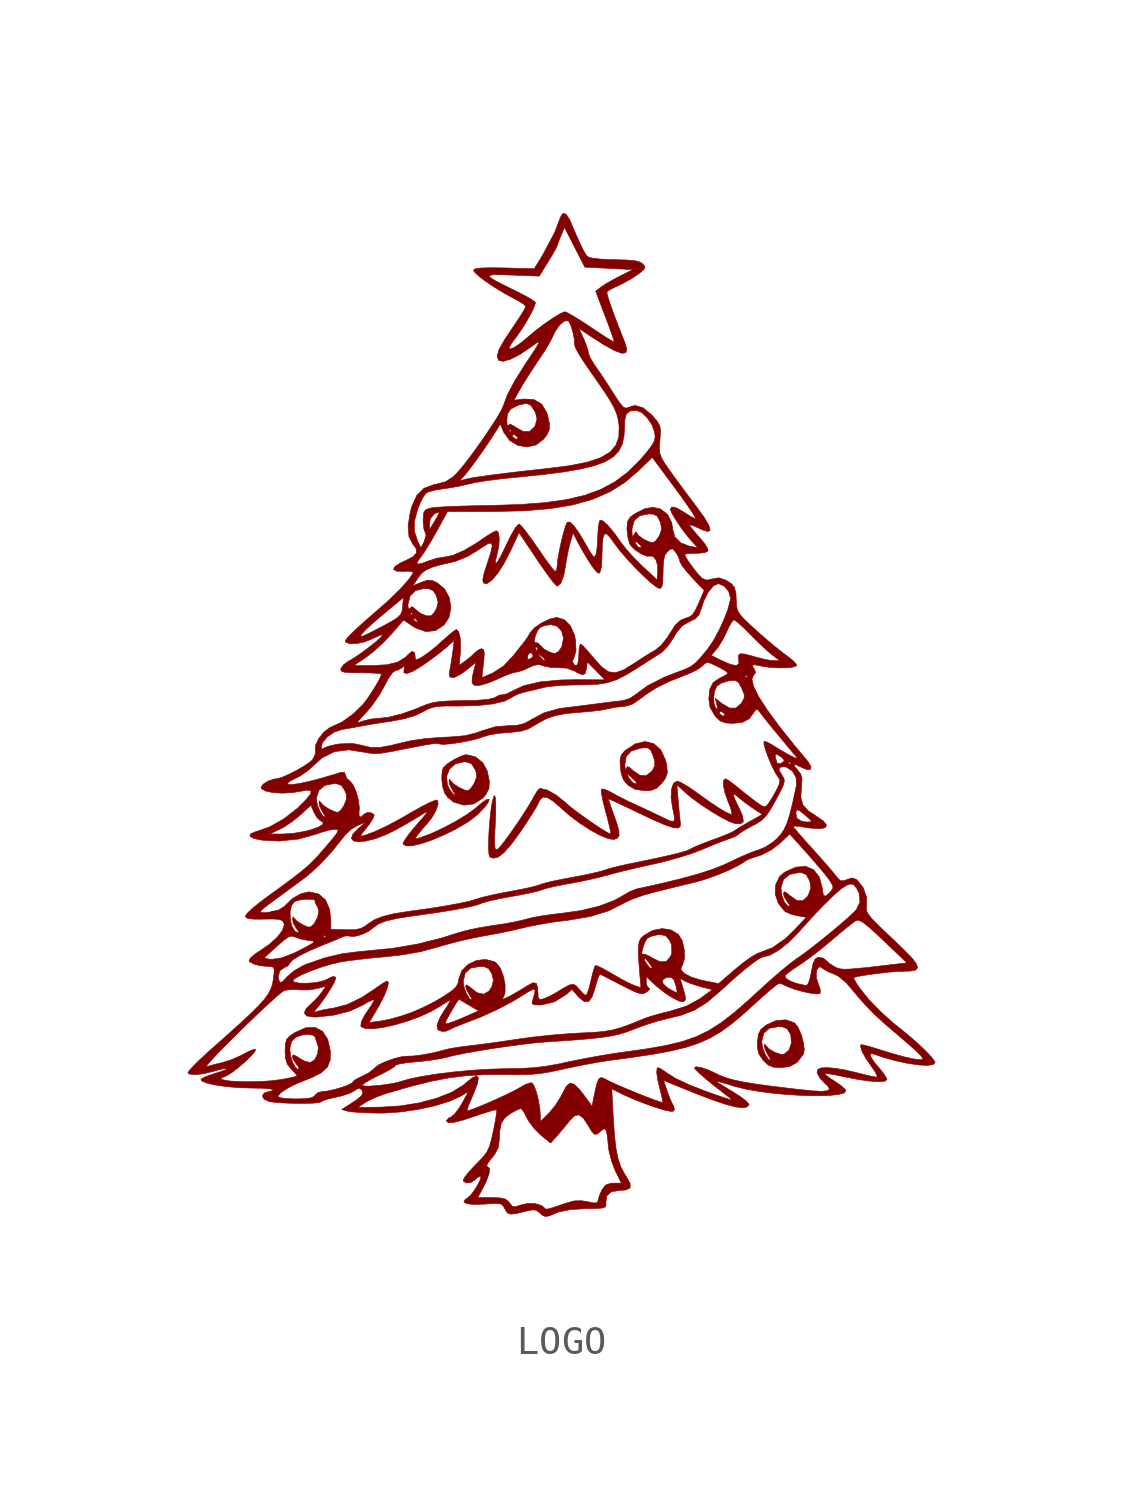
<source format=kicad_sym>
(kicad_symbol_lib
  (version 20220914)
  (generator "bitmap2component")
  (generator_version "9.0")
  (symbol "LOGO"
    (pin_names
      (offset 1.016))
    (property "Reference" "#G"
      (at 0 21.04 0)
      (effects (font (size 1.27 1.27)) hide))
    (symbol "LOGO_0_0"
      (polyline (pts (xy 0.669 -17.148) (xy 0.913 -17.046) (xy 1 -17.012) (xy 1.398 -16.93) (xy 1.947 -16.898) (xy 2.284 -16.893) (xy 2.5 -16.879) (xy 2.611 -16.847) (xy 2.648 -16.787) (xy 2.645 -16.689) (xy 2.675 -16.449) (xy 2.838 -16.304) (xy 3.138 -16.256) (xy 3.357 -16.24) (xy 3.499 -16.164) (xy 3.497 -16.011) (xy 3.359 -15.764) (xy 3.306 -15.682) (xy 3.172 -15.43) (xy 3.073 -15.141) (xy 3.001 -14.784) (xy 2.948 -14.324) (xy 2.908 -13.728) (xy 2.852 -12.682) (xy 3.098 -12.809) (xy 3.279 -12.898) (xy 3.633 -13.053) (xy 4.008 -13.201) (xy 4.37 -13.329) (xy 4.683 -13.425) (xy 4.911 -13.476) (xy 5.02 -13.471) (xy 5.058 -13.415) (xy 5.021 -13.275) (xy 4.989 -13.225) (xy 4.899 -13.03) (xy 4.805 -12.777) (xy 4.676 -12.388) (xy 5.28 -12.636) (xy 5.705 -12.808) (xy 6.327 -13.047) (xy 6.816 -13.216) (xy 7.184 -13.316) (xy 7.442 -13.352) (xy 7.604 -13.326) (xy 7.68 -13.241) (xy 7.678 -13.222) (xy 7.585 -13.118) (xy 7.386 -12.966) (xy 7.115 -12.792) (xy 7.023 -12.737) (xy 6.766 -12.58) (xy 6.587 -12.465) (xy 6.519 -12.414) (xy 6.523 -12.412) (xy 6.625 -12.434) (xy 6.842 -12.495) (xy 7.133 -12.585) (xy 7.179 -12.599) (xy 7.564 -12.694) (xy 8.022 -12.775) (xy 8.525 -12.84) (xy 9.048 -12.888) (xy 9.562 -12.918) (xy 10.043 -12.929) (xy 10.462 -12.92) (xy 10.794 -12.889) (xy 11.012 -12.835) (xy 11.089 -12.757) (xy 11.057 -12.701) (xy 10.915 -12.571) (xy 10.697 -12.421) (xy 10.543 -12.323) (xy 10.389 -12.209) (xy 10.343 -12.15) (xy 10.345 -12.148) (xy 10.451 -12.151) (xy 10.674 -12.187) (xy 10.968 -12.247) (xy 10.999 -12.254) (xy 11.484 -12.349) (xy 11.905 -12.41) (xy 12.236 -12.433) (xy 12.453 -12.417) (xy 12.531 -12.361) (xy 12.51 -12.3) (xy 12.403 -12.133) (xy 12.234 -11.927) (xy 12.071 -11.731) (xy 11.958 -11.549) (xy 11.951 -11.452) (xy 12.055 -11.457) (xy 12.398 -11.576) (xy 12.831 -11.697) (xy 13.253 -11.787) (xy 13.633 -11.843) (xy 13.941 -11.86) (xy 14.148 -11.834) (xy 14.224 -11.76) (xy 14.209 -11.719) (xy 14.096 -11.568) (xy 13.893 -11.353) (xy 13.63 -11.101) (xy 13.335 -10.841) (xy 13.039 -10.601) (xy 12.759 -10.377) (xy 12.297 -9.96) (xy 11.89 -9.54) (xy 11.584 -9.159) (xy 11.487 -9.016) (xy 11.386 -8.847) (xy 11.358 -8.773) (xy 11.387 -8.761) (xy 11.559 -8.722) (xy 11.836 -8.676) (xy 12.172 -8.63) (xy 12.52 -8.59) (xy 12.836 -8.562) (xy 13.072 -8.551) (xy 13.08 -8.551) (xy 13.361 -8.542) (xy 13.539 -8.505) (xy 13.609 -8.426) (xy 13.568 -8.292) (xy 13.412 -8.088) (xy 13.135 -7.802) (xy 12.735 -7.418) (xy 12.515 -7.21) (xy 12.212 -6.918) (xy 12.005 -6.707) (xy 11.88 -6.554) (xy 11.818 -6.438) (xy 11.802 -6.335) (xy 11.816 -6.225) (xy 11.814 -5.947) (xy 11.695 -5.609) (xy 11.475 -5.337) (xy 11.455 -5.32) (xy 11.312 -5.267) (xy 11.12 -5.325) (xy 11.016 -5.367) (xy 10.885 -5.364) (xy 10.767 -5.236) (xy 10.662 -5.103) (xy 10.469 -4.875) (xy 10.216 -4.587) (xy 9.932 -4.269) (xy 9.911 -4.246) (xy 9.645 -3.949) (xy 9.428 -3.701) (xy 9.282 -3.527) (xy 9.229 -3.452) (xy 9.272 -3.443) (xy 9.442 -3.455) (xy 9.695 -3.493) (xy 9.816 -3.512) (xy 10.159 -3.538) (xy 10.357 -3.502) (xy 10.405 -3.41) (xy 10.298 -3.269) (xy 10.031 -3.085) (xy 9.763 -2.907) (xy 9.575 -2.697) (xy 9.502 -2.443) (xy 9.52 -2.094) (xy 9.528 -2.03) (xy 9.542 -1.782) (xy 9.5 -1.619) (xy 9.388 -1.47) (xy 9.306 -1.378) (xy 9.258 -1.286) (xy 9.344 -1.293) (xy 9.567 -1.397) (xy 9.69 -1.449) (xy 9.838 -1.455) (xy 9.862 -1.355) (xy 9.746 -1.168) (xy 9.295 -0.627) (xy 8.747 0.06) (xy 8.322 0.637) (xy 8.021 1.105) (xy 7.841 1.466) (xy 7.783 1.721) (xy 7.843 1.873) (xy 7.909 1.95) (xy 7.878 2.062) (xy 7.874 2.066) (xy 7.792 2.188) (xy 7.857 2.232) (xy 8.064 2.196) (xy 8.143 2.176) (xy 8.414 2.137) (xy 8.721 2.12) (xy 9.014 2.124) (xy 9.242 2.15) (xy 9.352 2.196) (xy 9.336 2.255) (xy 9.214 2.386) (xy 9.009 2.546) (xy 8.875 2.644) (xy 8.59 2.871) (xy 8.258 3.15) (xy 7.929 3.441) (xy 7.735 3.618) (xy 7.498 3.843) (xy 7.352 4.009) (xy 7.274 4.147) (xy 7.241 4.291) (xy 7.232 4.474) (xy 7.22 4.724) (xy 7.171 4.94) (xy 7.06 5.083) (xy 6.857 5.207) (xy 6.622 5.287) (xy 6.387 5.247) (xy 6.193 5.204) (xy 6.029 5.269) (xy 5.91 5.39) (xy 5.75 5.587) (xy 5.59 5.804) (xy 5.468 5.992) (xy 5.419 6.101) (xy 5.439 6.121) (xy 5.581 6.148) (xy 5.812 6.152) (xy 5.898 6.151) (xy 6.135 6.176) (xy 6.241 6.24) (xy 6.221 6.324) (xy 6.11 6.501) (xy 5.932 6.715) (xy 5.779 6.888) (xy 5.641 7.057) (xy 5.588 7.144) (xy 5.605 7.153) (xy 5.727 7.119) (xy 5.928 7.027) (xy 6.034 6.976) (xy 6.233 6.916) (xy 6.311 6.967) (xy 6.269 7.13) (xy 6.105 7.408) (xy 5.82 7.802) (xy 5.702 7.958) (xy 5.407 8.351) (xy 5.12 8.74) (xy 4.889 9.061) (xy 4.731 9.289) (xy 4.602 9.502) (xy 4.54 9.675) (xy 4.528 9.866) (xy 4.547 10.129) (xy 4.551 10.18) (xy 4.567 10.452) (xy 4.541 10.634) (xy 4.451 10.792) (xy 4.276 10.995) (xy 4.254 11.019) (xy 3.951 11.269) (xy 3.665 11.351) (xy 3.393 11.266) (xy 3.35 11.252) (xy 3.251 11.3) (xy 3.115 11.461) (xy 2.923 11.755) (xy 2.711 12.088) (xy 2.488 12.426) (xy 2.303 12.692) (xy 2.201 12.842) (xy 2.079 13.058) (xy 2.03 13.2) (xy 2.023 13.252) (xy 1.964 13.45) (xy 1.864 13.697) (xy 1.7 14.058) (xy 2.057 13.818) (xy 2.106 13.785) (xy 2.593 13.474) (xy 2.959 13.274) (xy 3.209 13.184) (xy 3.348 13.204) (xy 3.38 13.333) (xy 3.311 13.569) (xy 3.247 13.727) (xy 3.052 14.223) (xy 2.889 14.656) (xy 2.768 15.003) (xy 2.696 15.24) (xy 2.681 15.344) (xy 2.719 15.376) (xy 2.878 15.468) (xy 3.11 15.579) (xy 3.218 15.63) (xy 3.531 15.8) (xy 3.792 15.973) (xy 3.86 16.025) (xy 3.995 16.148) (xy 4.016 16.234) (xy 3.942 16.33) (xy 3.84 16.395) (xy 3.663 16.44) (xy 3.382 16.465) (xy 2.964 16.476) (xy 2.776 16.48) (xy 2.413 16.5) (xy 2.144 16.535) (xy 2.009 16.579) (xy 1.952 16.642) (xy 1.866 16.782) (xy 1.751 17.015) (xy 1.595 17.361) (xy 1.389 17.844) (xy 1.365 17.897) (xy 1.244 18.077) (xy 1.134 18.104) (xy 1.048 17.971) (xy 0.843 17.432) (xy 0.43 16.652) (xy 0.127 16.158) (xy -0.924 16.186) (xy -1.401 16.193) (xy -1.737 16.184) (xy -1.934 16.158) (xy -2.009 16.114) (xy -1.978 16.044) (xy -1.845 15.918) (xy -1.448 15.918) (xy -1.323 15.946) (xy -1.057 15.948) (xy -0.652 15.934) (xy 0.302 15.898) (xy 0.617 16.407) (xy 0.629 16.426) (xy 0.781 16.68) (xy 0.89 16.87) (xy 0.931 16.957) (xy 0.934 16.971) (xy 0.978 17.1) (xy 1.06 17.305) (xy 1.189 17.614) (xy 1.547 16.914) (xy 1.905 16.214) (xy 2.752 16.171) (xy 3.598 16.127) (xy 3.133 15.895) (xy 2.923 15.786) (xy 2.657 15.634) (xy 2.477 15.515) (xy 2.286 15.366) (xy 2.623 14.483) (xy 2.741 14.169) (xy 2.849 13.868) (xy 2.919 13.661) (xy 2.938 13.578) (xy 2.874 13.609) (xy 2.696 13.717) (xy 2.433 13.887) (xy 2.115 14.099) (xy 1.821 14.293) (xy 1.531 14.474) (xy 1.315 14.598) (xy 1.206 14.644) (xy 1.176 14.639) (xy 1.011 14.562) (xy 0.765 14.41) (xy 0.473 14.207) (xy 0.173 13.98) (xy -0.098 13.753) (xy -0.327 13.562) (xy -0.551 13.405) (xy -0.705 13.333) (xy -0.762 13.363) (xy -0.747 13.408) (xy -0.652 13.563) (xy -0.499 13.768) (xy -0.489 13.781) (xy -0.321 14.018) (xy -0.146 14.302) (xy 0.012 14.585) (xy 0.126 14.822) (xy 0.169 14.966) (xy 0.153 14.99) (xy 0.021 15.082) (xy -0.214 15.216) (xy -0.517 15.371) (xy -0.956 15.587) (xy -1.267 15.749) (xy -1.43 15.856) (xy -1.448 15.918) (xy -1.845 15.918) (xy -1.828 15.902) (xy -1.584 15.716) (xy -1.274 15.507) (xy -0.928 15.296) (xy -0.577 15.105) (xy -0.416 15.019) (xy -0.239 14.906) (xy -0.171 14.836) (xy -0.185 14.796) (xy -0.269 14.642) (xy -0.404 14.429) (xy -0.496 14.291) (xy -0.706 13.977) (xy -0.91 13.672) (xy -0.917 13.661) (xy -1.112 13.317) (xy -1.179 13.074) (xy -1.127 12.935) (xy -0.966 12.902) (xy -0.705 12.976) (xy -0.353 13.16) (xy 0.08 13.456) (xy 0.208 13.549) (xy 0.283 13.588) (xy 0.289 13.552) (xy 0.219 13.424) (xy 0.068 13.188) (xy -0.172 12.827) (xy -0.19 12.801) (xy -0.566 12.202) (xy -0.823 11.715) (xy -0.959 11.341) (xy -1.029 11.184) (xy -1.182 10.922) (xy -1.263 10.795) (xy -0.839 10.795) (xy -0.82 11.032) (xy -0.714 11.214) (xy -0.48 11.34) (xy -0.377 11.377) (xy -0.148 11.421) (xy 0.004 11.356) (xy 0.131 11.167) (xy 0.18 11.065) (xy 0.222 10.869) (xy 0.166 10.659) (xy 0.133 10.593) (xy -0.033 10.437) (xy -0.26 10.433) (xy -0.532 10.584) (xy -0.576 10.618) (xy -0.72 10.694) (xy -0.79 10.647) (xy -0.794 10.64) (xy -0.824 10.651) (xy -0.839 10.795) (xy -1.263 10.795) (xy -1.395 10.589) (xy -1.646 10.216) (xy -1.915 9.835) (xy -2.179 9.477) (xy -2.416 9.174) (xy -2.605 8.957) (xy -2.724 8.841) (xy -2.943 8.696) (xy -2.498 8.696) (xy -2.317 8.899) (xy -2.306 8.911) (xy -2.139 9.121) (xy -1.915 9.423) (xy -1.67 9.769) (xy -1.435 10.113) (xy -1.245 10.408) (xy -1.066 10.699) (xy -0.967 10.456) (xy -0.762 10.456) (xy -0.72 10.499) (xy -0.677 10.456) (xy -0.72 10.414) (xy -0.762 10.456) (xy -0.967 10.456) (xy -0.959 10.436) (xy -0.947 10.407) (xy -0.853 10.277) (xy -0.649 10.277) (xy -0.603 10.329) (xy -0.578 10.326) (xy -0.466 10.245) (xy -0.452 10.212) (xy -0.498 10.16) (xy -0.523 10.163) (xy -0.635 10.245) (xy -0.649 10.277) (xy -0.853 10.277) (xy -0.74 10.121) (xy -0.454 9.946) (xy -0.131 9.89) (xy 0.188 9.961) (xy 0.458 10.167) (xy 0.572 10.314) (xy 0.657 10.502) (xy 0.659 10.719) (xy 0.588 11.029) (xy 0.565 11.101) (xy 0.387 11.4) (xy 0.112 11.559) (xy -0.253 11.576) (xy -0.588 11.532) (xy -0.418 11.841) (xy -0.4 11.873) (xy -0.304 12.04) (xy -0.19 12.228) (xy -0.038 12.465) (xy 0.17 12.784) (xy 0.455 13.212) (xy 0.531 13.33) (xy 0.694 13.609) (xy 0.808 13.839) (xy 0.875 13.976) (xy 1.031 14.193) (xy 1.192 14.321) (xy 1.323 14.326) (xy 1.343 14.306) (xy 1.417 14.154) (xy 1.488 13.919) (xy 1.537 13.667) (xy 1.548 13.464) (xy 1.584 13.36) (xy 1.702 13.148) (xy 1.884 12.861) (xy 2.109 12.532) (xy 2.248 12.336) (xy 2.548 11.904) (xy 2.765 11.571) (xy 2.916 11.309) (xy 3.012 11.093) (xy 3.07 10.895) (xy 3.104 10.689) (xy 3.111 10.611) (xy 3.102 10.248) (xy 2.998 9.95) (xy 2.788 9.707) (xy 2.46 9.512) (xy 2 9.357) (xy 1.397 9.235) (xy 0.637 9.138) (xy 0.434 9.116) (xy -0.084 9.058) (xy -0.639 8.994) (xy -1.141 8.933) (xy -1.453 8.893) (xy -1.824 8.839) (xy -2.117 8.792) (xy -2.286 8.757) (xy -2.498 8.696) (xy -2.943 8.696) (xy -2.984 8.669) (xy -3.295 8.587) (xy -3.398 8.569) (xy -3.754 8.434) (xy -4.005 8.185) (xy -4.179 7.798) (xy -4.234 7.601) (xy -4.311 7.12) (xy -4.296 6.934) (xy -4.091 6.934) (xy -4.089 7.274) (xy -3.98 7.682) (xy -3.893 7.904) (xy -3.776 8.138) (xy -3.679 8.267) (xy -3.587 8.31) (xy -3.355 8.372) (xy -3.066 8.42) (xy -2.893 8.443) (xy -2.503 8.512) (xy -2.159 8.592) (xy -1.952 8.637) (xy -1.594 8.696) (xy -1.165 8.754) (xy -0.72 8.802) (xy -0.503 8.822) (xy 0.403 8.915) (xy 1.156 9.011) (xy 1.769 9.116) (xy 2.257 9.236) (xy 2.633 9.377) (xy 2.91 9.546) (xy 3.102 9.747) (xy 3.222 9.988) (xy 3.284 10.274) (xy 3.302 10.613) (xy 3.311 10.844) (xy 3.365 11.051) (xy 3.492 11.151) (xy 3.716 11.176) (xy 3.9 11.105) (xy 4.097 10.921) (xy 4.264 10.673) (xy 4.36 10.41) (xy 4.36 10.41) (xy 4.378 10.236) (xy 4.343 10.083) (xy 4.236 9.904) (xy 4.034 9.648) (xy 3.821 9.402) (xy 3.407 8.996) (xy 2.962 8.663) (xy 2.468 8.396) (xy 1.903 8.19) (xy 1.25 8.036) (xy 0.488 7.93) (xy -0.402 7.864) (xy -1.439 7.833) (xy -1.528 7.831) (xy -2.069 7.82) (xy -2.565 7.805) (xy -2.985 7.787) (xy -3.298 7.769) (xy -3.473 7.75) (xy -3.549 7.734) (xy -3.7 7.679) (xy -3.764 7.566) (xy -3.781 7.339) (xy -3.782 7.262) (xy -3.777 7.215) (xy -3.556 7.215) (xy -3.528 7.371) (xy -3.387 7.535) (xy -3.28 7.583) (xy -3.217 7.583) (xy -3.22 7.571) (xy -3.277 7.451) (xy -3.386 7.262) (xy -3.555 6.985) (xy -3.556 7.215) (xy -3.777 7.215) (xy -3.759 7.028) (xy -3.711 6.885) (xy -3.678 6.784) (xy -3.745 6.563) (xy -3.862 6.342) (xy -3.956 6.536) (xy -3.984 6.595) (xy -4.091 6.934) (xy -4.296 6.934) (xy -4.28 6.737) (xy -4.142 6.47) (xy -4.033 6.325) (xy -4.015 6.165) (xy -4.147 6.021) (xy -4.438 5.875) (xy -4.524 5.835) (xy -3.993 5.835) (xy -3.881 5.995) (xy -3.837 6.052) (xy -3.684 6.28) (xy -3.496 6.588) (xy -3.303 6.927) (xy -2.924 7.62) (xy -1.302 7.62) (xy -0.235 7.644) (xy 0.689 7.72) (xy 1.487 7.853) (xy 2.178 8.048) (xy 2.782 8.31) (xy 3.316 8.646) (xy 3.8 9.059) (xy 4.276 9.525) (xy 5.057 8.472) (xy 5.212 8.26) (xy 5.455 7.921) (xy 5.645 7.646) (xy 5.765 7.457) (xy 5.799 7.38) (xy 5.77 7.379) (xy 5.635 7.44) (xy 5.437 7.565) (xy 5.407 7.586) (xy 5.135 7.745) (xy 4.968 7.783) (xy 4.911 7.699) (xy 4.912 7.688) (xy 4.972 7.548) (xy 5.106 7.323) (xy 5.284 7.059) (xy 5.479 6.798) (xy 5.66 6.582) (xy 5.876 6.348) (xy 5.584 6.4) (xy 5.285 6.515) (xy 5.073 6.724) (xy 4.995 6.99) (xy 4.964 7.223) (xy 4.813 7.519) (xy 4.563 7.709) (xy 4.295 7.769) (xy 4.009 7.716) (xy 3.662 7.538) (xy 3.506 7.426) (xy 3.409 7.273) (xy 3.387 7.033) (xy 3.387 6.993) (xy 3.392 6.951) (xy 3.562 6.951) (xy 3.562 7) (xy 3.638 7.294) (xy 3.838 7.474) (xy 4.158 7.535) (xy 4.308 7.527) (xy 4.453 7.455) (xy 4.55 7.271) (xy 4.576 7.198) (xy 4.603 6.983) (xy 4.524 6.763) (xy 4.519 6.752) (xy 4.401 6.588) (xy 4.295 6.523) (xy 4.159 6.555) (xy 3.961 6.652) (xy 3.793 6.775) (xy 3.719 6.882) (xy 3.698 6.908) (xy 3.641 6.816) (xy 3.6 6.739) (xy 3.572 6.768) (xy 3.562 6.951) (xy 3.392 6.951) (xy 3.419 6.713) (xy 3.455 6.583) (xy 3.674 6.583) (xy 3.766 6.521) (xy 3.838 6.455) (xy 3.895 6.382) (xy 3.856 6.341) (xy 3.766 6.385) (xy 3.69 6.489) (xy 3.68 6.516) (xy 3.674 6.583) (xy 3.455 6.583) (xy 3.483 6.485) (xy 3.514 6.431) (xy 3.671 6.271) (xy 3.881 6.133) (xy 4.086 6.048) (xy 4.23 6.052) (xy 4.303 6.042) (xy 4.403 5.925) (xy 4.461 5.733) (xy 4.471 5.484) (xy 4.445 5.217) (xy 3.93 5.695) (xy 3.899 5.724) (xy 3.617 6.008) (xy 3.357 6.298) (xy 3.173 6.536) (xy 2.935 6.87) (xy 2.717 7.131) (xy 2.547 7.286) (xy 2.442 7.316) (xy 2.412 7.253) (xy 2.378 7.059) (xy 2.362 6.79) (xy 2.355 6.592) (xy 2.331 6.307) (xy 2.299 6.114) (xy 2.298 6.111) (xy 2.26 6.025) (xy 2.207 6.034) (xy 2.117 6.156) (xy 1.97 6.41) (xy 1.956 6.434) (xy 1.708 6.854) (xy 1.517 7.123) (xy 1.378 7.25) (xy 1.285 7.239) (xy 1.28 7.232) (xy 1.221 7.093) (xy 1.147 6.842) (xy 1.07 6.528) (xy 1 6.201) (xy 0.951 5.91) (xy 0.931 5.705) (xy 0.916 5.576) (xy 0.868 5.506) (xy 0.804 5.566) (xy 0.666 5.742) (xy 0.475 6.004) (xy 0.254 6.326) (xy 0.044 6.629) (xy -0.159 6.904) (xy -0.314 7.096) (xy -0.4 7.176) (xy -0.427 7.17) (xy -0.531 7.054) (xy -0.675 6.813) (xy -0.845 6.47) (xy -0.884 6.387) (xy -1.051 6.049) (xy -1.169 5.847) (xy -1.233 5.785) (xy -1.24 5.868) (xy -1.184 6.101) (xy -1.179 6.118) (xy -1.12 6.41) (xy -1.104 6.675) (xy -1.13 6.868) (xy -1.196 6.943) (xy -1.288 6.909) (xy -1.48 6.797) (xy -1.72 6.635) (xy -1.905 6.508) (xy -2.352 6.245) (xy -2.747 6.075) (xy -3.059 6.013) (xy -3.082 6.013) (xy -3.323 5.97) (xy -3.585 5.884) (xy -3.831 5.792) (xy -3.979 5.769) (xy -3.993 5.835) (xy -4.524 5.835) (xy -4.58 5.811) (xy -4.778 5.682) (xy -4.823 5.581) (xy -4.715 5.521) (xy -4.453 5.516) (xy -4.357 5.522) (xy -4.17 5.51) (xy -4.129 5.461) (xy -4.287 5.23) (xy -4.59 4.886) (xy -5.019 4.471) (xy -5.584 3.975) (xy -5.72 3.858) (xy -6.035 3.579) (xy -6.289 3.34) (xy -6.402 3.221) (xy -5.976 3.221) (xy -5.963 3.289) (xy -5.812 3.455) (xy -5.526 3.716) (xy -5.105 4.073) (xy -4.476 4.593) (xy -4.499 4.32) (xy -4.317 4.32) (xy -4.317 4.341) (xy -4.242 4.644) (xy -4.044 4.841) (xy -3.741 4.911) (xy -3.577 4.902) (xy -3.424 4.834) (xy -3.32 4.667) (xy -3.314 4.654) (xy -3.255 4.423) (xy -3.311 4.206) (xy -3.402 4.05) (xy -3.504 3.953) (xy -3.654 3.949) (xy -3.873 4.034) (xy -4.059 4.186) (xy -4.065 4.192) (xy -4.168 4.276) (xy -4.246 4.216) (xy -4.246 4.216) (xy -4.299 4.186) (xy -4.317 4.32) (xy -4.499 4.32) (xy -4.503 4.269) (xy -4.523 4.115) (xy -4.562 4.022) (xy -4.233 4.022) (xy -4.191 4.064) (xy -4.149 4.022) (xy -4.191 3.979) (xy -4.233 4.022) (xy -4.562 4.022) (xy -4.574 3.995) (xy -4.684 3.886) (xy -4.709 3.87) (xy -4.135 3.87) (xy -4.077 3.861) (xy -4.04 3.834) (xy -3.979 3.763) (xy -3.98 3.751) (xy -4.029 3.732) (xy -4.114 3.823) (xy -4.135 3.87) (xy -4.709 3.87) (xy -4.886 3.759) (xy -5.207 3.583) (xy -5.355 3.505) (xy -5.642 3.359) (xy -5.857 3.257) (xy -5.961 3.219) (xy -5.976 3.221) (xy -6.402 3.221) (xy -6.458 3.163) (xy -6.519 3.072) (xy -6.494 3.017) (xy -6.35 2.969) (xy -6.12 2.975) (xy -5.847 3.032) (xy -5.577 3.139) (xy -5.472 3.19) (xy -5.289 3.267) (xy -5.202 3.283) (xy -5.207 3.261) (xy -5.305 3.157) (xy -5.489 2.999) (xy -5.724 2.814) (xy -5.974 2.629) (xy -6.204 2.472) (xy -6.379 2.37) (xy -6.399 2.361) (xy -6.582 2.23) (xy -6.601 2.201) (xy -6.221 2.201) (xy -5.787 2.494) (xy -5.509 2.71) (xy -5.193 2.998) (xy -4.91 3.295) (xy -4.468 3.803) (xy -4.162 3.595) (xy -4.046 3.523) (xy -3.681 3.395) (xy -3.345 3.432) (xy -3.042 3.634) (xy -2.872 3.892) (xy -2.805 4.232) (xy -2.858 4.582) (xy -3.024 4.894) (xy -3.294 5.118) (xy -3.464 5.193) (xy -3.63 5.204) (xy -3.848 5.13) (xy -4.143 5.006) (xy -3.957 5.29) (xy -3.843 5.437) (xy -3.696 5.555) (xy -3.485 5.652) (xy -3.176 5.744) (xy -2.733 5.846) (xy -2.615 5.877) (xy -2.217 6.041) (xy -1.823 6.278) (xy -1.712 6.356) (xy -1.5 6.486) (xy -1.383 6.507) (xy -1.352 6.408) (xy -1.402 6.176) (xy -1.524 5.8) (xy -1.545 5.738) (xy -1.647 5.411) (xy -1.685 5.21) (xy -1.66 5.108) (xy -1.574 5.08) (xy -1.526 5.089) (xy -1.353 5.213) (xy -1.146 5.464) (xy -0.922 5.819) (xy -0.699 6.254) (xy -0.409 6.878) (xy 0.22 5.937) (xy 0.276 5.853) (xy 0.509 5.517) (xy 0.708 5.245) (xy 0.855 5.062) (xy 0.929 4.995) (xy 0.947 4.997) (xy 1.062 5.102) (xy 1.161 5.359) (xy 1.235 5.755) (xy 1.257 5.902) (xy 1.322 6.248) (xy 1.393 6.536) (xy 1.49 6.867) (xy 1.613 6.63) (xy 1.771 6.333) (xy 1.984 5.967) (xy 2.171 5.681) (xy 2.316 5.499) (xy 2.404 5.445) (xy 2.436 5.481) (xy 2.483 5.646) (xy 2.504 5.893) (xy 2.506 6.003) (xy 2.519 6.432) (xy 2.546 6.706) (xy 2.597 6.834) (xy 2.679 6.828) (xy 2.803 6.698) (xy 2.977 6.456) (xy 3.155 6.223) (xy 3.4 5.939) (xy 3.676 5.644) (xy 3.956 5.365) (xy 4.211 5.131) (xy 4.413 4.971) (xy 4.534 4.911) (xy 4.563 4.916) (xy 4.619 4.988) (xy 4.648 5.17) (xy 4.657 5.49) (xy 4.658 5.624) (xy 4.677 5.913) (xy 4.726 6.095) (xy 4.817 6.215) (xy 4.917 6.297) (xy 5.007 6.298) (xy 5.114 6.167) (xy 5.204 6.01) (xy 5.249 5.861) (xy 5.25 5.854) (xy 5.315 5.731) (xy 5.467 5.532) (xy 5.676 5.296) (xy 6.102 4.845) (xy 5.962 4.518) (xy 5.888 4.347) (xy 5.778 4.117) (xy 5.685 3.984) (xy 5.577 3.911) (xy 5.424 3.86) (xy 5.259 3.787) (xy 5.082 3.619) (xy 4.894 3.327) (xy 4.802 3.179) (xy 4.584 2.906) (xy 4.376 2.738) (xy 4.2 2.638) (xy 3.925 2.467) (xy 3.634 2.275) (xy 3.634 2.275) (xy 3.269 2.05) (xy 2.985 1.951) (xy 2.743 1.981) (xy 2.504 2.146) (xy 2.229 2.451) (xy 2.189 2.5) (xy 1.991 2.731) (xy 1.837 2.895) (xy 1.757 2.959) (xy 1.738 2.942) (xy 1.706 2.808) (xy 1.693 2.582) (xy 1.69 2.469) (xy 1.661 2.277) (xy 1.614 2.201) (xy 1.527 2.229) (xy 1.471 2.35) (xy 1.528 2.503) (xy 1.534 2.51) (xy 1.594 2.716) (xy 1.581 3.071) (xy 1.542 3.273) (xy 1.399 3.599) (xy 1.185 3.816) (xy 0.923 3.895) (xy 0.911 3.894) (xy 0.672 3.837) (xy 0.394 3.705) (xy 0.144 3.537) (xy -0.009 3.371) (xy -0.084 3.239) (xy -0.17 3.108) (xy 0.131 3.108) (xy 0.171 3.264) (xy 0.239 3.424) (xy 0.322 3.535) (xy 0.484 3.607) (xy 0.715 3.641) (xy 0.919 3.59) (xy 1.088 3.419) (xy 1.155 3.167) (xy 1.099 2.875) (xy 1.096 2.867) (xy 0.983 2.696) (xy 0.858 2.627) (xy 0.72 2.653) (xy 0.481 2.772) (xy 0.312 2.937) (xy 0.27 2.987) (xy 0.176 3.01) (xy 0.136 3.012) (xy 0.131 3.108) (xy -0.17 3.108) (xy -0.178 3.096) (xy -0.262 2.989) (xy -0.416 2.794) (xy 0.169 2.794) (xy 0.175 2.839) (xy 0.226 2.85) (xy 0.236 2.838) (xy 0.226 2.738) (xy 0.2 2.724) (xy 0.169 2.794) (xy -0.416 2.794) (xy -0.418 2.792) (xy -0.611 2.548) (xy -0.725 2.428) (xy -0.108 2.428) (xy -0.108 2.546) (xy -0.055 2.637) (xy 0.037 2.65) (xy 0.049 2.624) (xy 0.26 2.624) (xy 0.36 2.551) (xy 0.45 2.473) (xy 0.508 2.403) (xy 0.507 2.388) (xy 0.451 2.387) (xy 0.328 2.519) (xy 0.281 2.58) (xy 0.26 2.624) (xy 0.049 2.624) (xy 0.085 2.544) (xy 0.073 2.509) (xy -0.033 2.429) (xy -0.108 2.428) (xy -0.725 2.428) (xy -0.963 2.176) (xy -1.345 1.933) (xy -1.716 1.776) (xy -1.658 2.285) (xy -1.645 2.408) (xy -1.632 2.645) (xy -1.656 2.763) (xy -1.721 2.794) (xy -1.804 2.773) (xy -1.951 2.663) (xy -2.091 2.526) (xy -2.287 2.37) (xy -2.515 2.208) (xy -2.475 2.623) (xy -2.462 2.9) (xy -2.481 3.19) (xy -2.532 3.394) (xy -2.608 3.471) (xy -2.61 3.471) (xy -2.704 3.414) (xy -2.881 3.269) (xy -3.105 3.069) (xy -3.338 2.862) (xy -3.599 2.653) (xy -3.8 2.514) (xy -3.854 2.483) (xy -4 2.409) (xy -4.055 2.425) (xy -4.064 2.535) (xy -4.088 2.665) (xy -4.179 2.697) (xy -4.323 2.577) (xy -4.41 2.486) (xy -4.679 2.322) (xy -5.054 2.23) (xy -5.561 2.201) (xy -6.221 2.201) (xy -6.601 2.201) (xy -6.673 2.095) (xy -6.677 2.057) (xy -6.647 1.999) (xy -6.541 1.966) (xy -6.327 1.951) (xy -5.975 1.947) (xy -5.837 1.946) (xy -5.536 1.938) (xy -5.328 1.921) (xy -5.249 1.899) (xy -5.253 1.874) (xy -5.328 1.698) (xy -5.494 1.413) (xy -5.739 1.037) (xy -5.902 0.827) (xy -6.247 0.492) (xy -6.632 0.217) (xy -6.675 0.198) (xy -6.096 0.198) (xy -6.053 0.255) (xy -5.923 0.404) (xy -5.736 0.609) (xy -5.566 0.812) (xy -5.323 1.165) (xy -5.127 1.514) (xy -5.008 1.742) (xy -4.858 1.955) (xy -4.743 2.032) (xy -4.666 2.044) (xy -4.499 2.138) (xy -4.494 2.144) (xy -4.424 2.194) (xy -4.446 2.104) (xy -4.452 2.087) (xy -4.458 1.948) (xy -4.348 1.922) (xy -4.129 2.007) (xy -3.809 2.202) (xy -3.529 2.4) (xy -3.224 2.628) (xy -2.993 2.817) (xy -2.69 3.083) (xy -2.736 2.706) (xy -2.746 2.633) (xy -2.793 2.319) (xy -2.841 2.053) (xy -2.864 1.911) (xy -2.843 1.803) (xy -2.738 1.778) (xy -2.668 1.793) (xy -2.472 1.891) (xy -2.249 2.049) (xy -1.92 2.321) (xy -1.988 2.071) (xy -2.053 1.795) (xy -2.062 1.602) (xy -1.992 1.512) (xy -1.839 1.498) (xy -1.687 1.529) (xy -1.415 1.62) (xy -1.119 1.748) (xy -0.882 1.854) (xy -0.649 1.941) (xy -0.513 1.971) (xy -0.477 1.973) (xy -0.296 2.025) (xy -0.067 2.126) (xy 0.071 2.191) (xy 0.269 2.241) (xy 0.426 2.2) (xy 0.472 2.181) (xy 0.695 2.137) (xy 0.967 2.128) (xy 1.265 2.111) (xy 1.555 2.005) (xy 1.633 1.956) (xy 1.817 1.875) (xy 1.918 1.919) (xy 1.963 2.097) (xy 1.99 2.331) (xy 2.304 2.016) (xy 2.618 1.7) (xy 1.584 1.705) (xy 1.072 1.696) (xy 0.336 1.628) (xy -0.244 1.494) (xy -0.669 1.295) (xy -0.856 1.199) (xy -1.001 1.172) (xy -1.084 1.167) (xy -1.244 1.087) (xy -1.284 1.064) (xy -1.493 1.014) (xy -1.859 0.982) (xy -2.386 0.968) (xy -2.838 0.959) (xy -3.171 0.939) (xy -3.425 0.901) (xy -3.646 0.838) (xy -3.879 0.743) (xy -4.008 0.687) (xy -4.521 0.504) (xy -5.009 0.383) (xy -5.414 0.339) (xy -5.622 0.32) (xy -5.879 0.256) (xy -6.028 0.206) (xy -6.096 0.198) (xy -6.675 0.198) (xy -6.999 0.048) (xy -7.069 0.019) (xy -7.267 -0.135) (xy -7.444 -0.354) (xy -7.559 -0.584) (xy -7.566 -0.658) (xy -7.366 -0.658) (xy -7.318 -0.503) (xy -7.149 -0.304) (xy -6.905 -0.137) (xy -6.634 -0.045) (xy -6.536 -0.029) (xy -6.213 0.026) (xy -5.884 0.086) (xy -5.759 0.109) (xy -5.433 0.165) (xy -5.165 0.205) (xy -4.921 0.24) (xy -4.43 0.334) (xy -4.055 0.447) (xy -3.758 0.591) (xy -3.615 0.67) (xy -3.448 0.732) (xy -3.242 0.766) (xy -2.954 0.78) (xy -2.54 0.778) (xy -2.493 0.778) (xy -1.855 0.795) (xy -1.323 0.854) (xy -0.918 0.951) (xy -0.659 1.085) (xy -0.64 1.1) (xy -0.444 1.199) (xy -0.193 1.275) (xy -0.166 1.281) (xy 0.15 1.354) (xy 0.466 1.432) (xy 0.593 1.456) (xy 0.901 1.49) (xy 1.29 1.513) (xy 1.704 1.522) (xy 1.89 1.523) (xy 2.342 1.543) (xy 2.704 1.599) (xy 3.032 1.708) (xy 3.382 1.887) (xy 3.81 2.152) (xy 3.835 2.168) (xy 4.135 2.362) (xy 4.404 2.534) (xy 4.587 2.649) (xy 4.683 2.728) (xy 4.869 2.943) (xy 5.039 3.205) (xy 5.143 3.38) (xy 5.343 3.608) (xy 5.59 3.749) (xy 5.793 3.848) (xy 5.925 3.995) (xy 6.014 4.245) (xy 6.095 4.487) (xy 6.25 4.793) (xy 6.425 5.003) (xy 6.597 5.08) (xy 6.611 5.08) (xy 6.806 4.996) (xy 6.963 4.811) (xy 7.027 4.585) (xy 7.018 4.489) (xy 6.942 4.196) (xy 6.804 3.832) (xy 6.628 3.447) (xy 6.435 3.09) (xy 6.246 2.811) (xy 6.204 2.757) (xy 6.039 2.558) (xy 6.35 2.558) (xy 6.55 2.796) (xy 6.606 2.869) (xy 6.769 3.133) (xy 6.91 3.422) (xy 6.97 3.556) (xy 7.074 3.738) (xy 7.149 3.81) (xy 7.173 3.8) (xy 7.302 3.702) (xy 7.502 3.519) (xy 7.742 3.281) (xy 7.813 3.209) (xy 8.084 2.943) (xy 8.332 2.713) (xy 8.51 2.564) (xy 8.763 2.376) (xy 8.551 2.374) (xy 8.464 2.38) (xy 8.211 2.425) (xy 7.924 2.499) (xy 7.777 2.542) (xy 7.504 2.61) (xy 7.353 2.614) (xy 7.299 2.549) (xy 7.316 2.413) (xy 7.325 2.274) (xy 7.238 2.203) (xy 7.036 2.239) (xy 6.71 2.38) (xy 6.35 2.558) (xy 6.039 2.558) (xy 5.971 2.475) (xy 5.79 2.287) (xy 5.615 2.159) (xy 5.401 2.058) (xy 5.104 1.949) (xy 4.686 1.786) (xy 4.109 1.489) (xy 3.663 1.161) (xy 3.478 1.042) (xy 3.24 0.968) (xy 3.216 0.966) (xy 2.998 0.942) (xy 2.682 0.903) (xy 2.328 0.858) (xy 2.288 0.852) (xy 1.913 0.804) (xy 1.564 0.76) (xy 1.312 0.731) (xy 0.991 0.685) (xy 0.474 0.541) (xy 0.035 0.308) (xy 0.017 0.295) (xy -0.221 0.165) (xy -0.472 0.101) (xy -0.813 0.085) (xy -1.231 0.053) (xy -1.746 -0.102) (xy -1.879 -0.156) (xy -2.297 -0.264) (xy -2.821 -0.309) (xy -3.041 -0.318) (xy -3.667 -0.362) (xy -4.202 -0.438) (xy -4.703 -0.554) (xy -4.913 -0.609) (xy -5.309 -0.678) (xy -5.636 -0.675) (xy -5.951 -0.6) (xy -6.238 -0.541) (xy -6.713 -0.552) (xy -6.877 -0.579) (xy -7.12 -0.637) (xy -7.26 -0.697) (xy -7.333 -0.735) (xy -7.366 -0.658) (xy -7.566 -0.658) (xy -7.575 -0.769) (xy -7.565 -0.899) (xy -7.676 -1.116) (xy -7.731 -1.168) (xy -7.938 -1.314) (xy -8.212 -1.475) (xy -8.504 -1.625) (xy -8.759 -1.735) (xy -8.926 -1.778) (xy -9.033 -1.791) (xy -9.239 -1.865) (xy -9.411 -1.972) (xy -9.483 -2.078) (xy -9.466 -2.126) (xy -9.325 -2.211) (xy -9.072 -2.265) (xy -8.746 -2.285) (xy -8.383 -2.267) (xy -8.022 -2.208) (xy -7.842 -2.178) (xy -7.723 -2.204) (xy -7.737 -2.308) (xy -7.872 -2.483) (xy -7.535 -2.483) (xy -7.534 -2.447) (xy -7.444 -2.183) (xy -7.226 -2.009) (xy -6.902 -1.947) (xy -6.837 -1.95) (xy -6.657 -2.012) (xy -6.535 -2.196) (xy -6.489 -2.313) (xy -6.475 -2.493) (xy -6.559 -2.704) (xy -6.572 -2.729) (xy -6.686 -2.895) (xy -6.78 -2.963) (xy -6.897 -2.937) (xy -7.1 -2.841) (xy -7.29 -2.716) (xy -7.394 -2.605) (xy -7.424 -2.554) (xy -7.444 -2.627) (xy -7.417 -2.757) (xy -7.319 -2.944) (xy -7.24 -3.074) (xy -7.229 -3.133) (xy -7.312 -3.081) (xy -7.417 -2.916) (xy -7.501 -2.696) (xy -7.535 -2.483) (xy -7.872 -2.483) (xy -7.884 -2.499) (xy -8.167 -2.783) (xy -8.206 -2.82) (xy -8.673 -3.186) (xy -9.172 -3.469) (xy -9.645 -3.637) (xy -9.704 -3.652) (xy -9.853 -3.721) (xy -9.186 -3.721) (xy -8.832 -3.561) (xy -8.675 -3.477) (xy -8.377 -3.278) (xy -8.101 -3.053) (xy -7.726 -2.707) (xy -7.623 -2.956) (xy -7.515 -3.145) (xy -7.401 -3.251) (xy -7.316 -3.295) (xy -7.3 -3.377) (xy -7.443 -3.47) (xy -7.75 -3.581) (xy -7.921 -3.626) (xy -8.326 -3.696) (xy -8.703 -3.723) (xy -9.186 -3.721) (xy -9.853 -3.721) (xy -9.864 -3.727) (xy -9.867 -3.808) (xy -9.721 -3.884) (xy -9.435 -3.941) (xy -8.857 -3.97) (xy -8.165 -3.901) (xy -7.541 -3.728) (xy -7.37 -3.666) (xy -7.092 -3.587) (xy -6.891 -3.556) (xy -6.879 -3.556) (xy -6.795 -3.567) (xy -6.775 -3.613) (xy -6.831 -3.717) (xy -6.976 -3.902) (xy -7.22 -4.191) (xy -7.26 -4.238) (xy -7.468 -4.474) (xy -7.658 -4.676) (xy -7.858 -4.864) (xy -8.092 -5.062) (xy -8.387 -5.291) (xy -8.769 -5.573) (xy -9.263 -5.931) (xy -9.531 -6.132) (xy -9.791 -6.345) (xy -9.903 -6.451) (xy -9.509 -6.451) (xy -9.423 -6.359) (xy -9.217 -6.197) (xy -8.881 -5.951) (xy -8.875 -5.946) (xy -8.539 -5.7) (xy -8.19 -5.444) (xy -7.904 -5.232) (xy -7.841 -5.183) (xy -7.432 -4.816) (xy -6.988 -4.336) (xy -6.541 -3.778) (xy -6.533 -3.768) (xy -6.32 -3.562) (xy -6.075 -3.414) (xy -5.8 -3.304) (xy -6.077 -3.544) (xy -6.258 -3.737) (xy -6.305 -3.88) (xy -6.23 -3.966) (xy -6.052 -3.997) (xy -5.791 -3.971) (xy -5.466 -3.888) (xy -5.097 -3.749) (xy -4.702 -3.553) (xy -4.669 -3.534) (xy -4.338 -3.346) (xy -4.031 -3.165) (xy -3.81 -3.03) (xy -3.716 -2.971) (xy -3.642 -2.939) (xy -3.66 -2.988) (xy -3.776 -3.133) (xy -4 -3.388) (xy -4.087 -3.488) (xy -4.291 -3.74) (xy -4.434 -3.941) (xy -4.487 -4.054) (xy -4.485 -4.073) (xy -4.39 -4.141) (xy -4.172 -4.136) (xy -3.855 -4.064) (xy -3.463 -3.931) (xy -3.018 -3.741) (xy -2.64 -3.554) (xy -2.194 -3.294) (xy -1.854 -3.031) (xy -1.585 -2.741) (xy -1.492 -2.609) (xy -1.455 -2.503) (xy -1.523 -2.5) (xy -1.68 -2.596) (xy -1.912 -2.791) (xy -1.949 -2.824) (xy -2.245 -3.041) (xy -2.639 -3.28) (xy -3.08 -3.514) (xy -3.516 -3.715) (xy -3.894 -3.855) (xy -4.007 -3.886) (xy -4.057 -3.87) (xy -3.983 -3.759) (xy -3.964 -3.734) (xy -3.812 -3.551) (xy -3.629 -3.344) (xy -3.46 -3.126) (xy -3.322 -2.876) (xy -3.255 -2.662) (xy -3.278 -2.53) (xy -3.351 -2.536) (xy -3.543 -2.613) (xy -3.82 -2.752) (xy -4.149 -2.937) (xy -4.548 -3.167) (xy -5.062 -3.444) (xy -5.483 -3.64) (xy -5.836 -3.769) (xy -5.931 -3.795) (xy -5.976 -3.783) (xy -5.926 -3.695) (xy -5.772 -3.505) (xy -5.683 -3.39) (xy -5.554 -3.195) (xy -5.503 -3.071) (xy -5.515 -3.032) (xy -5.62 -2.972) (xy -5.771 -2.975) (xy -5.884 -3.048) (xy -5.955 -3.123) (xy -6.033 -3.106) (xy -6.037 -2.966) (xy -6.023 -2.798) (xy -6.06 -2.523) (xy -6.14 -2.234) (xy -6.246 -1.992) (xy -6.359 -1.858) (xy -6.452 -1.783) (xy -6.519 -1.638) (xy -6.543 -1.56) (xy -6.668 -1.552) (xy -6.854 -1.612) (xy -7.338 -1.755) (xy -7.761 -1.866) (xy -8.11 -1.941) (xy -8.368 -1.98) (xy -8.522 -1.98) (xy -8.556 -1.941) (xy -8.457 -1.859) (xy -8.21 -1.734) (xy -8.12 -1.689) (xy -7.835 -1.495) (xy -7.586 -1.268) (xy -7.336 -1.042) (xy -6.897 -0.825) (xy -6.389 -0.762) (xy -5.814 -0.853) (xy -5.775 -0.863) (xy -5.534 -0.896) (xy -5.24 -0.88) (xy -4.841 -0.812) (xy -4.577 -0.759) (xy -4.094 -0.663) (xy -3.743 -0.597) (xy -3.502 -0.557) (xy -3.348 -0.539) (xy -3.257 -0.54) (xy -3.208 -0.556) (xy -3.203 -0.559) (xy -3.061 -0.571) (xy -2.807 -0.55) (xy -2.492 -0.504) (xy -2.162 -0.442) (xy -1.868 -0.371) (xy -1.657 -0.299) (xy -1.454 -0.238) (xy -1.14 -0.184) (xy -0.795 -0.152) (xy -0.653 -0.144) (xy -0.326 -0.103) (xy -0.073 -0.021) (xy 0.175 0.121) (xy 0.219 0.15) (xy 0.535 0.325) (xy 0.866 0.443) (xy 1.263 0.517) (xy 1.778 0.561) (xy 1.783 0.562) (xy 2.142 0.592) (xy 2.474 0.634) (xy 2.709 0.68) (xy 2.997 0.737) (xy 3.273 0.762) (xy 3.305 0.763) (xy 3.583 0.846) (xy 3.908 1.071) (xy 4.022 1.163) (xy 4.407 1.413) (xy 4.893 1.652) (xy 5.514 1.896) (xy 5.633 1.944) (xy 5.884 2.073) (xy 6.05 2.197) (xy 6.122 2.271) (xy 6.211 2.311) (xy 6.34 2.28) (xy 6.564 2.173) (xy 6.689 2.108) (xy 6.867 2.002) (xy 6.938 1.937) (xy 6.938 1.932) (xy 6.859 1.864) (xy 6.773 1.82) (xy 7.535 1.82) (xy 7.578 1.863) (xy 7.62 1.82) (xy 7.578 1.778) (xy 7.535 1.82) (xy 6.773 1.82) (xy 6.685 1.777) (xy 6.652 1.762) (xy 6.422 1.607) (xy 6.301 1.376) (xy 6.269 1.062) (xy 6.436 1.062) (xy 6.465 1.288) (xy 6.541 1.468) (xy 6.555 1.485) (xy 6.724 1.592) (xy 6.96 1.663) (xy 7.014 1.672) (xy 7.2 1.68) (xy 7.311 1.606) (xy 7.418 1.413) (xy 7.438 1.369) (xy 7.512 1.181) (xy 7.506 1.049) (xy 7.42 0.894) (xy 7.399 0.864) (xy 7.216 0.707) (xy 6.997 0.707) (xy 6.728 0.864) (xy 6.49 1.051) (xy 6.539 0.864) (xy 6.565 0.747) (xy 6.568 0.677) (xy 6.512 0.705) (xy 6.453 0.848) (xy 6.436 1.062) (xy 6.269 1.062) (xy 6.265 1.028) (xy 6.306 0.739) (xy 6.42 0.541) (xy 6.633 0.541) (xy 6.679 0.593) (xy 6.704 0.59) (xy 6.816 0.508) (xy 6.829 0.476) (xy 6.783 0.423) (xy 6.758 0.427) (xy 6.646 0.508) (xy 6.633 0.541) (xy 6.42 0.541) (xy 6.484 0.43) (xy 6.501 0.41) (xy 6.663 0.256) (xy 6.842 0.186) (xy 7.113 0.169) (xy 7.117 0.169) (xy 7.451 0.205) (xy 7.683 0.33) (xy 7.868 0.576) (xy 7.917 0.648) (xy 7.984 0.653) (xy 8.09 0.524) (xy 8.104 0.504) (xy 8.205 0.373) (xy 8.362 0.176) (xy 8.589 -0.102) (xy 8.9 -0.476) (xy 9.307 -0.964) (xy 9.348 -1.014) (xy 9.377 -1.069) (xy 9.302 -1.048) (xy 9.102 -0.947) (xy 9.039 -0.913) (xy 8.755 -0.752) (xy 8.514 -0.602) (xy 8.483 -0.581) (xy 8.309 -0.488) (xy 8.206 -0.469) (xy 8.202 -0.474) (xy 8.209 -0.583) (xy 8.27 -0.791) (xy 8.324 -0.936) (xy 8.598 -0.936) (xy 8.639 -0.909) (xy 8.781 -0.993) (xy 8.827 -1.024) (xy 8.921 -1.123) (xy 8.874 -1.197) (xy 8.816 -1.228) (xy 9.059 -1.228) (xy 9.102 -1.185) (xy 9.144 -1.228) (xy 9.102 -1.27) (xy 9.059 -1.228) (xy 8.816 -1.228) (xy 8.768 -1.253) (xy 8.671 -1.233) (xy 8.617 -1.065) (xy 8.598 -0.936) (xy 8.324 -0.936) (xy 8.367 -1.053) (xy 8.482 -1.324) (xy 8.597 -1.557) (xy 8.694 -1.706) (xy 8.704 -1.718) (xy 8.765 -1.826) (xy 8.748 -1.957) (xy 8.648 -2.172) (xy 8.614 -2.237) (xy 8.475 -2.48) (xy 8.358 -2.659) (xy 8.3 -2.731) (xy 8.223 -2.768) (xy 8.108 -2.719) (xy 7.907 -2.577) (xy 7.823 -2.513) (xy 7.525 -2.282) (xy 7.245 -2.055) (xy 7.122 -1.956) (xy 6.943 -1.828) (xy 6.843 -1.778) (xy 6.783 -1.84) (xy 6.78 -2.021) (xy 6.836 -2.283) (xy 6.945 -2.587) (xy 7.005 -2.738) (xy 7.069 -2.934) (xy 7.076 -3.027) (xy 7.037 -3.031) (xy 6.874 -2.961) (xy 6.609 -2.804) (xy 6.259 -2.569) (xy 5.845 -2.27) (xy 5.779 -2.222) (xy 5.508 -2.039) (xy 5.285 -1.911) (xy 5.15 -1.863) (xy 5.146 -1.863) (xy 5.023 -1.942) (xy 4.952 -2.148) (xy 4.938 -2.444) (xy 4.988 -2.794) (xy 5.029 -2.979) (xy 5.062 -3.197) (xy 5.021 -3.283) (xy 4.886 -3.256) (xy 4.636 -3.138) (xy 4.423 -3.034) (xy 4.043 -2.854) (xy 3.683 -2.689) (xy 3.439 -2.576) (xy 3.113 -2.413) (xy 2.859 -2.274) (xy 2.772 -2.225) (xy 2.587 -2.146) (xy 2.487 -2.141) (xy 2.48 -2.177) (xy 2.5 -2.349) (xy 2.557 -2.623) (xy 2.644 -2.961) (xy 2.696 -3.153) (xy 2.77 -3.447) (xy 2.814 -3.65) (xy 2.819 -3.725) (xy 2.719 -3.683) (xy 2.516 -3.562) (xy 2.247 -3.385) (xy 1.948 -3.178) (xy 1.655 -2.966) (xy 1.403 -2.772) (xy 1.228 -2.621) (xy 1.202 -2.597) (xy 0.89 -2.348) (xy 0.585 -2.179) (xy 0.335 -2.117) (xy 0.323 -2.119) (xy 0.231 -2.211) (xy 0.122 -2.392) (xy 0.078 -2.477) (xy -0.076 -2.74) (xy -0.276 -3.055) (xy -0.499 -3.39) (xy -0.724 -3.712) (xy -0.926 -3.989) (xy -1.085 -4.187) (xy -1.177 -4.274) (xy -1.223 -4.275) (xy -1.255 -4.209) (xy -1.268 -4.049) (xy -1.264 -3.77) (xy -1.244 -3.347) (xy -1.23 -2.995) (xy -1.228 -2.668) (xy -1.241 -2.45) (xy -1.267 -2.371) (xy -1.295 -2.398) (xy -1.343 -2.558) (xy -1.389 -2.826) (xy -1.428 -3.163) (xy -1.459 -3.53) (xy -1.478 -3.889) (xy -1.482 -4.202) (xy -1.469 -4.429) (xy -1.435 -4.532) (xy -1.319 -4.574) (xy -1.146 -4.535) (xy -0.939 -4.378) (xy -0.686 -4.09) (xy -0.373 -3.662) (xy -0.162 -3.35) (xy 0.047 -3.026) (xy 0.205 -2.765) (xy 0.287 -2.604) (xy 0.315 -2.541) (xy 0.422 -2.427) (xy 0.577 -2.435) (xy 0.797 -2.57) (xy 1.101 -2.837) (xy 1.365 -3.069) (xy 1.726 -3.34) (xy 2.097 -3.58) (xy 2.444 -3.77) (xy 2.733 -3.888) (xy 2.929 -3.914) (xy 3.047 -3.873) (xy 3.108 -3.783) (xy 3.104 -3.62) (xy 3.033 -3.356) (xy 2.895 -2.964) (xy 2.82 -2.757) (xy 2.756 -2.565) (xy 2.737 -2.486) (xy 2.756 -2.492) (xy 2.895 -2.553) (xy 3.147 -2.67) (xy 3.485 -2.829) (xy 3.881 -3.02) (xy 4.37 -3.25) (xy 4.752 -3.413) (xy 5.018 -3.5) (xy 5.181 -3.515) (xy 5.259 -3.461) (xy 5.267 -3.341) (xy 5.248 -3.179) (xy 5.221 -2.905) (xy 5.193 -2.582) (xy 5.144 -1.99) (xy 5.43 -2.256) (xy 5.646 -2.438) (xy 5.967 -2.674) (xy 6.323 -2.909) (xy 6.672 -3.119) (xy 6.972 -3.276) (xy 7.182 -3.354) (xy 7.386 -3.366) (xy 7.479 -3.287) (xy 7.458 -3.103) (xy 7.327 -2.8) (xy 7.276 -2.7) (xy 7.158 -2.447) (xy 7.124 -2.326) (xy 7.172 -2.324) (xy 7.303 -2.428) (xy 7.352 -2.471) (xy 7.572 -2.642) (xy 7.82 -2.817) (xy 8.147 -3.034) (xy 7.693 -3.289) (xy 7.483 -3.41) (xy 7.27 -3.539) (xy 7.154 -3.617) (xy 7.132 -3.632) (xy 6.973 -3.706) (xy 6.713 -3.812) (xy 6.392 -3.932) (xy 6.286 -3.97) (xy 5.974 -4.09) (xy 5.733 -4.192) (xy 5.606 -4.258) (xy 5.6 -4.263) (xy 5.459 -4.322) (xy 5.178 -4.401) (xy 4.75 -4.503) (xy 4.168 -4.629) (xy 3.426 -4.781) (xy 3.102 -4.852) (xy 2.792 -4.931) (xy 2.58 -4.998) (xy 2.459 -5.035) (xy 2.18 -5.103) (xy 1.817 -5.18) (xy 1.415 -5.256) (xy 1.113 -5.312) (xy 0.761 -5.385) (xy 0.492 -5.45) (xy 0.348 -5.498) (xy 0.246 -5.534) (xy 0.000300 -5.597) (xy -0.339 -5.67) (xy -0.729 -5.744) (xy -1.029 -5.8) (xy -1.41 -5.879) (xy -1.717 -5.953) (xy -1.905 -6.011) (xy -2.138 -6.081) (xy -2.513 -6.164) (xy -3.002 -6.253) (xy -3.575 -6.344) (xy -4.207 -6.432) (xy -4.244 -6.436) (xy -4.79 -6.522) (xy -5.2 -6.621) (xy -5.506 -6.743) (xy -5.74 -6.899) (xy -5.81 -6.954) (xy -5.979 -7.047) (xy -6.19 -7.088) (xy -6.506 -7.09) (xy -7.027 -7.076) (xy -7.027 -6.768) (xy -7.069 -6.376) (xy -7.216 -6.039) (xy -7.461 -5.829) (xy -7.798 -5.757) (xy -7.803 -5.757) (xy -8.078 -5.823) (xy -8.37 -5.988) (xy -8.606 -6.21) (xy -8.651 -6.262) (xy -8.859 -6.394) (xy -9.156 -6.462) (xy -8.46 -6.462) (xy -8.412 -6.236) (xy -8.303 -6.099) (xy -8.164 -6.051) (xy -7.957 -6.019) (xy -7.753 -6.015) (xy -7.607 -6.038) (xy -7.574 -6.09) (xy -7.586 -6.121) (xy -7.537 -6.222) (xy -7.501 -6.255) (xy -7.453 -6.423) (xy -7.49 -6.646) (xy -7.604 -6.859) (xy -7.616 -6.873) (xy -7.727 -6.986) (xy -7.837 -6.996) (xy -8.02 -6.912) (xy -8.04 -6.902) (xy -8.226 -6.779) (xy -8.325 -6.669) (xy -8.354 -6.636) (xy -8.375 -6.724) (xy -8.35 -6.856) (xy -8.242 -7.042) (xy -8.168 -7.145) (xy -8.179 -7.197) (xy -8.295 -7.141) (xy -8.396 -6.966) (xy -8.453 -6.722) (xy -8.46 -6.462) (xy -9.156 -6.462) (xy -9.183 -6.468) (xy -9.356 -6.488) (xy -9.484 -6.489) (xy -9.509 -6.451) (xy -9.903 -6.451) (xy -9.968 -6.512) (xy -10.033 -6.608) (xy -10.017 -6.657) (xy -9.923 -6.699) (xy -9.721 -6.717) (xy -9.381 -6.716) (xy -9.268 -6.713) (xy -8.977 -6.714) (xy -8.806 -6.735) (xy -8.718 -6.785) (xy -8.674 -6.872) (xy -8.667 -6.921) (xy -8.733 -7.119) (xy -8.918 -7.357) (xy -9.198 -7.609) (xy -9.546 -7.847) (xy -9.667 -7.925) (xy -9.828 -8.056) (xy -9.351 -8.056) (xy -9.267 -7.981) (xy -9.089 -7.821) (xy -8.867 -7.62) (xy -8.679 -7.456) (xy -8.513 -7.341) (xy -8.392 -7.312) (xy -8.355 -7.324) (xy -7.281 -7.324) (xy -7.239 -7.281) (xy -7.197 -7.324) (xy -7.239 -7.366) (xy -7.281 -7.324) (xy -8.355 -7.324) (xy -8.274 -7.35) (xy -8.058 -7.424) (xy -7.797 -7.469) (xy -7.676 -7.482) (xy -7.617 -7.506) (xy -7.66 -7.558) (xy -7.822 -7.654) (xy -8.119 -7.81) (xy -8.33 -7.915) (xy -8.748 -8.076) (xy -9.081 -8.128) (xy -9.174 -8.125) (xy -9.329 -8.1) (xy -9.351 -8.056) (xy -9.828 -8.056) (xy -9.839 -8.065) (xy -9.906 -8.168) (xy -9.881 -8.218) (xy -9.73 -8.3) (xy -9.482 -8.359) (xy -9.184 -8.382) (xy -9.139 -8.383) (xy -9.044 -8.412) (xy -9.016 -8.516) (xy -9.036 -8.736) (xy -8.879 -8.736) (xy -8.818 -8.528) (xy -8.636 -8.406) (xy -8.537 -8.363) (xy -8.467 -8.266) (xy -8.462 -8.246) (xy -8.349 -8.135) (xy -8.1 -7.985) (xy -7.738 -7.809) (xy -7.281 -7.617) (xy -7.08 -7.536) (xy -6.812 -7.426) (xy -6.633 -7.347) (xy -6.502 -7.304) (xy -6.371 -7.31) (xy -6.359 -7.317) (xy -6.191 -7.323) (xy -5.956 -7.262) (xy -5.719 -7.155) (xy -5.545 -7.026) (xy -5.37 -6.894) (xy -5.087 -6.781) (xy -4.678 -6.686) (xy -4.122 -6.601) (xy -3.887 -6.57) (xy -3.265 -6.481) (xy -2.718 -6.393) (xy -2.269 -6.309) (xy -1.942 -6.233) (xy -1.76 -6.171) (xy -1.653 -6.131) (xy -1.397 -6.064) (xy -1.051 -5.989) (xy -0.657 -5.916) (xy -0.35 -5.861) (xy 0.001 -5.79) (xy 0.267 -5.727) (xy 0.407 -5.681) (xy 0.465 -5.659) (xy 0.679 -5.602) (xy 0.991 -5.534) (xy 1.355 -5.466) (xy 1.485 -5.443) (xy 1.931 -5.355) (xy 2.365 -5.257) (xy 2.709 -5.167) (xy 2.98 -5.093) (xy 3.387 -4.992) (xy 3.852 -4.883) (xy 4.318 -4.78) (xy 4.725 -4.684) (xy 5.217 -4.549) (xy 5.666 -4.407) (xy 6.011 -4.276) (xy 6.06 -4.255) (xy 6.408 -4.109) (xy 6.73 -3.981) (xy 6.963 -3.898) (xy 7.02 -3.879) (xy 7.22 -3.795) (xy 7.324 -3.725) (xy 7.386 -3.672) (xy 7.566 -3.56) (xy 7.812 -3.427) (xy 7.914 -3.374) (xy 8.114 -3.248) (xy 8.273 -3.093) (xy 8.429 -2.868) (xy 8.619 -2.532) (xy 8.77 -2.25) (xy 8.878 -2.024) (xy 8.921 -1.877) (xy 8.909 -1.773) (xy 8.852 -1.674) (xy 8.74 -1.482) (xy 8.75 -1.383) (xy 8.887 -1.355) (xy 8.995 -1.371) (xy 9.201 -1.506) (xy 9.333 -1.729) (xy 9.351 -1.987) (xy 9.339 -2.047) (xy 9.219 -2.606) (xy 9.126 -2.983) (xy 9.327 -2.983) (xy 9.339 -2.922) (xy 9.378 -2.869) (xy 9.469 -2.911) (xy 9.649 -3.056) (xy 9.766 -3.155) (xy 9.867 -3.256) (xy 9.853 -3.295) (xy 9.733 -3.301) (xy 9.543 -3.279) (xy 9.364 -3.172) (xy 9.327 -2.983) (xy 9.126 -2.983) (xy 9.115 -3.027) (xy 9.015 -3.34) (xy 8.908 -3.573) (xy 8.786 -3.753) (xy 8.636 -3.909) (xy 8.506 -4.017) (xy 8.245 -4.187) (xy 8.022 -4.279) (xy 7.95 -4.3) (xy 7.701 -4.392) (xy 7.377 -4.532) (xy 7.027 -4.698) (xy 6.781 -4.813) (xy 6.375 -4.972) (xy 5.888 -5.129) (xy 5.301 -5.291) (xy 4.589 -5.464) (xy 3.731 -5.654) (xy 3.7 -5.662) (xy 3.479 -5.753) (xy 3.241 -5.891) (xy 2.969 -6.046) (xy 2.433 -6.252) (xy 1.786 -6.412) (xy 1.058 -6.516) (xy 0.858 -6.538) (xy 0.448 -6.593) (xy 0.085 -6.657) (xy -0.169 -6.719) (xy -0.233 -6.738) (xy -0.533 -6.809) (xy -0.916 -6.88) (xy -1.312 -6.939) (xy -1.411 -6.953) (xy -1.83 -7.023) (xy -2.232 -7.109) (xy -2.54 -7.194) (xy -3.125 -7.378) (xy -3.981 -7.594) (xy -4.846 -7.742) (xy -5.8 -7.836) (xy -6 -7.852) (xy -6.643 -7.936) (xy -7.237 -8.077) (xy -7.874 -8.296) (xy -8.013 -8.356) (xy -8.334 -8.543) (xy -8.567 -8.746) (xy -8.584 -8.766) (xy -8.685 -8.875) (xy -8.363 -8.875) (xy -8.279 -8.795) (xy -8.066 -8.679) (xy -7.764 -8.549) (xy -7.413 -8.421) (xy -7.052 -8.309) (xy -6.72 -8.229) (xy -6.459 -8.187) (xy -6.066 -8.137) (xy -5.61 -8.086) (xy -5.144 -8.042) (xy -4.534 -7.976) (xy -3.866 -7.859) (xy -3.239 -7.69) (xy -3.096 -7.647) (xy -2.605 -7.513) (xy -2.093 -7.393) (xy -1.651 -7.307) (xy -1.585 -7.296) (xy -1.129 -7.213) (xy -0.654 -7.114) (xy -0.254 -7.02) (xy -0.148 -6.994) (xy 0.274 -6.908) (xy 0.753 -6.827) (xy 1.207 -6.768) (xy 1.315 -6.756) (xy 2.092 -6.624) (xy 2.736 -6.427) (xy 3.271 -6.158) (xy 3.325 -6.126) (xy 3.6 -6.003) (xy 3.96 -5.876) (xy 4.341 -5.768) (xy 4.377 -5.76) (xy 4.84 -5.646) (xy 5.344 -5.523) (xy 5.787 -5.415) (xy 6.087 -5.331) (xy 6.527 -5.178) (xy 6.956 -5) (xy 7.323 -4.819) (xy 7.578 -4.657) (xy 7.618 -4.633) (xy 7.797 -4.561) (xy 8.043 -4.482) (xy 8.112 -4.46) (xy 8.452 -4.29) (xy 8.767 -4.049) (xy 9.11 -3.723) (xy 9.702 -4.38) (xy 9.864 -4.563) (xy 10.128 -4.868) (xy 10.349 -5.134) (xy 10.49 -5.317) (xy 10.539 -5.388) (xy 10.629 -5.543) (xy 10.625 -5.646) (xy 10.537 -5.762) (xy 10.512 -5.788) (xy 10.373 -5.908) (xy 10.297 -5.879) (xy 10.263 -5.694) (xy 10.258 -5.638) (xy 10.155 -5.243) (xy 9.955 -4.982) (xy 9.673 -4.861) (xy 9.325 -4.888) (xy 8.924 -5.069) (xy 8.75 -5.225) (xy 8.616 -5.51) (xy 8.611 -5.636) (xy 8.805 -5.636) (xy 8.806 -5.595) (xy 8.895 -5.319) (xy 9.112 -5.142) (xy 9.441 -5.08) (xy 9.544 -5.086) (xy 9.697 -5.155) (xy 9.799 -5.345) (xy 9.825 -5.417) (xy 9.853 -5.632) (xy 9.773 -5.853) (xy 9.737 -5.916) (xy 9.569 -6.069) (xy 9.363 -6.06) (xy 9.114 -5.888) (xy 9.004 -5.793) (xy 8.914 -5.749) (xy 8.89 -5.818) (xy 8.92 -5.936) (xy 9.03 -6.11) (xy 9.104 -6.214) (xy 9.093 -6.265) (xy 9.043 -6.252) (xy 8.927 -6.122) (xy 8.84 -5.899) (xy 8.805 -5.636) (xy 8.611 -5.636) (xy 8.602 -5.836) (xy 8.707 -6.159) (xy 8.931 -6.434) (xy 8.946 -6.445) (xy 9.135 -6.534) (xy 9.381 -6.598) (xy 9.694 -6.65) (xy 9.273 -7.1) (xy 8.969 -7.395) (xy 8.506 -7.721) (xy 8.026 -7.905) (xy 7.968 -7.926) (xy 7.762 -8.046) (xy 7.493 -8.237) (xy 7.204 -8.472) (xy 6.61 -8.984) (xy 6.117 -8.887) (xy 5.971 -8.855) (xy 5.634 -8.748) (xy 5.397 -8.621) (xy 5.282 -8.49) (xy 5.313 -8.37) (xy 5.349 -8.321) (xy 5.409 -8.096) (xy 5.403 -7.793) (xy 5.329 -7.471) (xy 5.194 -7.255) (xy 4.943 -7.098) (xy 4.63 -7.048) (xy 4.295 -7.111) (xy 3.98 -7.293) (xy 3.974 -7.298) (xy 3.882 -7.387) (xy 3.822 -7.494) (xy 3.791 -7.647) (xy 3.786 -7.877) (xy 3.789 -7.937) (xy 3.906 -7.937) (xy 3.921 -7.827) (xy 3.967 -7.664) (xy 4.031 -7.502) (xy 4.096 -7.394) (xy 4.098 -7.391) (xy 4.249 -7.315) (xy 4.472 -7.267) (xy 4.57 -7.261) (xy 4.752 -7.304) (xy 4.886 -7.46) (xy 4.955 -7.615) (xy 4.964 -7.902) (xy 4.926 -8.018) (xy 4.781 -8.197) (xy 4.568 -8.221) (xy 4.292 -8.091) (xy 4.212 -8.04) (xy 4.034 -7.953) (xy 3.937 -7.944) (xy 3.906 -7.937) (xy 3.789 -7.937) (xy 3.797 -8.086) (xy 3.995 -8.086) (xy 3.995 -8.085) (xy 4.059 -8.128) (xy 4.174 -8.263) (xy 4.18 -8.271) (xy 4.262 -8.409) (xy 4.258 -8.467) (xy 4.194 -8.428) (xy 4.092 -8.307) (xy 4.009 -8.169) (xy 3.995 -8.086) (xy 3.797 -8.086) (xy 3.804 -8.216) (xy 3.841 -8.692) (xy 3.878 -9.129) (xy 3.636 -9.045) (xy 3.635 -9.045) (xy 3.44 -8.958) (xy 3.162 -8.812) (xy 2.861 -8.638) (xy 2.823 -8.615) (xy 2.564 -8.468) (xy 2.369 -8.371) (xy 2.277 -8.346) (xy 2.241 -8.418) (xy 2.182 -8.615) (xy 2.117 -8.887) (xy 2.059 -9.125) (xy 1.993 -9.322) (xy 1.942 -9.398) (xy 1.936 -9.397) (xy 1.836 -9.326) (xy 1.698 -9.173) (xy 1.604 -9.063) (xy 1.507 -9.008) (xy 1.381 -9.026) (xy 1.188 -9.124) (xy 0.889 -9.306) (xy 0.884 -9.309) (xy 0.651 -9.436) (xy 0.445 -9.522) (xy 0.321 -9.543) (xy 0.266 -9.477) (xy 0.254 -9.282) (xy 0.249 -9.14) (xy 0.199 -8.973) (xy 0.079 -8.953) (xy -0.132 -9.068) (xy -0.169 -9.093) (xy -0.429 -9.252) (xy -0.704 -9.407) (xy -0.837 -9.476) (xy -0.962 -9.532) (xy -0.986 -9.509) (xy -0.936 -9.408) (xy -0.901 -9.297) (xy -0.899 -9.024) (xy -0.96 -8.713) (xy -1.07 -8.434) (xy -1.211 -8.255) (xy -1.287 -8.209) (xy -1.59 -8.132) (xy -1.911 -8.172) (xy -2.203 -8.312) (xy -2.422 -8.53) (xy -2.523 -8.808) (xy -2.542 -8.919) (xy -2.371 -8.919) (xy -2.371 -8.902) (xy -2.302 -8.614) (xy -2.109 -8.44) (xy -1.793 -8.382) (xy -1.63 -8.391) (xy -1.477 -8.458) (xy -1.373 -8.626) (xy -1.367 -8.639) (xy -1.308 -8.869) (xy -1.363 -9.087) (xy -1.459 -9.243) (xy -1.647 -9.356) (xy -1.879 -9.307) (xy -2.152 -9.096) (xy -2.249 -9.028) (xy -2.289 -9.068) (xy -2.258 -9.196) (xy -2.154 -9.379) (xy -2.075 -9.509) (xy -2.065 -9.567) (xy -2.147 -9.515) (xy -2.252 -9.351) (xy -2.336 -9.132) (xy -2.371 -8.919) (xy -2.542 -8.919) (xy -2.548 -8.958) (xy -2.623 -9.098) (xy -2.78 -9.242) (xy -3.051 -9.428) (xy -3.367 -9.613) (xy -3.78 -9.823) (xy -4.172 -9.994) (xy -4.175 -9.995) (xy -4.546 -10.123) (xy -4.927 -10.231) (xy -5.235 -10.293) (xy -5.679 -10.352) (xy -5.385 -9.854) (xy -5.309 -9.721) (xy -5.148 -9.403) (xy -5.042 -9.139) (xy -5.002 -8.957) (xy -5.038 -8.89) (xy -5.101 -8.917) (xy -5.269 -9.02) (xy -5.492 -9.176) (xy -5.936 -9.47) (xy -6.457 -9.724) (xy -6.947 -9.848) (xy -7.046 -9.862) (xy -7.312 -9.91) (xy -7.497 -9.958) (xy -7.497 -9.958) (xy -7.603 -9.99) (xy -7.601 -9.951) (xy -7.488 -9.814) (xy -7.361 -9.652) (xy -7.185 -9.401) (xy -7.023 -9.146) (xy -6.904 -8.932) (xy -6.858 -8.807) (xy -6.88 -8.74) (xy -6.984 -8.743) (xy -7.197 -8.848) (xy -7.377 -8.912) (xy -7.626 -8.954) (xy -7.896 -8.972) (xy -8.14 -8.966) (xy -8.312 -8.934) (xy -8.363 -8.875) (xy -8.685 -8.875) (xy -8.723 -8.916) (xy -8.801 -8.945) (xy -8.851 -8.869) (xy -8.879 -8.736) (xy -9.036 -8.736) (xy -9.037 -8.742) (xy -9.049 -8.829) (xy -9.083 -9.01) (xy -9.139 -9.178) (xy -9.229 -9.35) (xy -9.367 -9.539) (xy -9.566 -9.762) (xy -9.839 -10.034) (xy -10.201 -10.37) (xy -10.663 -10.786) (xy -11.24 -11.298) (xy -11.327 -11.375) (xy -11.624 -11.649) (xy -11.854 -11.875) (xy -11.396 -11.875) (xy -11.297 -11.752) (xy -11.11 -11.549) (xy -10.856 -11.285) (xy -10.552 -10.978) (xy -10.219 -10.648) (xy -9.875 -10.313) (xy -9.539 -9.992) (xy -9.232 -9.705) (xy -8.972 -9.469) (xy -8.777 -9.304) (xy -8.669 -9.229) (xy -8.641 -9.22) (xy -8.421 -9.19) (xy -8.157 -9.202) (xy -8.136 -9.204) (xy -7.817 -9.207) (xy -7.509 -9.159) (xy -7.194 -9.072) (xy -7.368 -9.316) (xy -7.549 -9.533) (xy -7.75 -9.724) (xy -7.891 -9.857) (xy -7.962 -10.016) (xy -7.877 -10.121) (xy -7.641 -10.159) (xy -7.484 -10.156) (xy -6.894 -10.088) (xy -6.35 -9.945) (xy -5.909 -9.742) (xy -5.734 -9.639) (xy -5.567 -9.561) (xy -5.503 -9.558) (xy -5.522 -9.609) (xy -5.616 -9.77) (xy -5.763 -9.986) (xy -5.846 -10.109) (xy -5.955 -10.33) (xy -5.973 -10.476) (xy -5.958 -10.502) (xy -5.809 -10.567) (xy -5.543 -10.573) (xy -5.19 -10.526) (xy -4.78 -10.435) (xy -4.344 -10.306) (xy -3.911 -10.149) (xy -3.512 -9.969) (xy -3.178 -9.775) (xy -3.094 -9.72) (xy -2.918 -9.611) (xy -2.829 -9.567) (xy -2.834 -9.6) (xy -2.909 -9.736) (xy -3.044 -9.942) (xy -3.201 -10.198) (xy -3.258 -10.353) (xy -2.999 -10.353) (xy -2.94 -10.224) (xy -2.802 -9.977) (xy -2.679 -9.768) (xy -2.571 -9.597) (xy -2.521 -9.537) (xy -2.498 -9.549) (xy -2.368 -9.625) (xy -2.164 -9.745) (xy -1.831 -9.942) (xy -2.249 -10.127) (xy -2.405 -10.195) (xy -2.673 -10.303) (xy -2.864 -10.371) (xy -2.895 -10.38) (xy -2.982 -10.396) (xy -2.999 -10.353) (xy -3.258 -10.353) (xy -3.295 -10.454) (xy -3.264 -10.613) (xy -3.107 -10.668) (xy -2.975 -10.654) (xy -2.832 -10.597) (xy -2.717 -10.535) (xy -2.49 -10.44) (xy -2.201 -10.332) (xy -1.744 -10.154) (xy -1.184 -9.899) (xy -0.655 -9.623) (xy -0.223 -9.36) (xy -0.116 -9.29) (xy 0.059 -9.196) (xy 0.147 -9.178) (xy 0.149 -9.18) (xy 0.149 -9.289) (xy 0.099 -9.478) (xy 0.086 -9.515) (xy 0.047 -9.67) (xy 0.105 -9.728) (xy 0.297 -9.737) (xy 0.386 -9.733) (xy 0.844 -9.621) (xy 1.256 -9.361) (xy 1.454 -9.186) (xy 1.659 -9.425) (xy 1.698 -9.469) (xy 1.887 -9.619) (xy 2.039 -9.614) (xy 2.164 -9.448) (xy 2.271 -9.119) (xy 2.331 -8.899) (xy 2.398 -8.715) (xy 2.444 -8.654) (xy 2.477 -8.67) (xy 2.634 -8.751) (xy 2.888 -8.881) (xy 3.199 -9.041) (xy 3.504 -9.196) (xy 3.733 -9.3) (xy 3.883 -9.341) (xy 3.988 -9.329) (xy 4.086 -9.274) (xy 4.186 -9.183) (xy 4.168 -9.144) (xy 4.101 -9.096) (xy 4.064 -8.941) (xy 4.064 -8.737) (xy 4.193 -8.858) (xy 4.637 -8.858) (xy 4.767 -8.774) (xy 4.778 -8.771) (xy 4.941 -8.76) (xy 5.04 -8.852) (xy 5.113 -9.08) (xy 5.145 -9.241) (xy 5.145 -9.31) (xy 5.064 -9.272) (xy 4.899 -9.185) (xy 4.813 -9.133) (xy 4.655 -8.986) (xy 4.637 -8.858) (xy 4.193 -8.858) (xy 4.339 -8.995) (xy 4.428 -9.075) (xy 4.718 -9.306) (xy 4.998 -9.489) (xy 5.231 -9.602) (xy 5.378 -9.621) (xy 5.383 -9.619) (xy 5.44 -9.561) (xy 5.437 -9.433) (xy 5.373 -9.191) (xy 5.257 -8.803) (xy 5.443 -8.903) (xy 5.499 -8.93) (xy 5.734 -9.018) (xy 6.01 -9.1) (xy 6.391 -9.197) (xy 5.973 -9.5) (xy 5.935 -9.527) (xy 5.479 -9.775) (xy 4.915 -9.95) (xy 4.887 -9.957) (xy 4.54 -10.044) (xy 4.23 -10.132) (xy 4.022 -10.203) (xy 3.97 -10.224) (xy 3.523 -10.406) (xy 3.174 -10.533) (xy 2.872 -10.616) (xy 2.566 -10.668) (xy 2.204 -10.699) (xy 1.736 -10.721) (xy 1.343 -10.744) (xy 0.723 -10.795) (xy 0.09 -10.863) (xy -0.466 -10.938) (xy -0.92 -11.007) (xy -1.415 -11.077) (xy -1.862 -11.136) (xy -2.201 -11.176) (xy -2.216 -11.178) (xy -2.566 -11.223) (xy -2.879 -11.278) (xy -3.09 -11.33) (xy -3.213 -11.367) (xy -3.507 -11.435) (xy -3.833 -11.493) (xy -4.125 -11.53) (xy -4.318 -11.535) (xy -4.522 -11.551) (xy -4.804 -11.621) (xy -5.098 -11.725) (xy -5.346 -11.841) (xy -5.487 -11.949) (xy -5.514 -11.982) (xy -5.695 -12.123) (xy -5.934 -12.247) (xy -6.016 -12.282) (xy -6.194 -12.379) (xy -6.265 -12.452) (xy -6.276 -12.472) (xy -6.398 -12.542) (xy -6.441 -12.559) (xy -5.925 -12.559) (xy -5.922 -12.549) (xy -5.822 -12.47) (xy -5.613 -12.348) (xy -5.333 -12.206) (xy -5.268 -12.175) (xy -5 -12.036) (xy -4.812 -11.922) (xy -4.741 -11.856) (xy -4.726 -11.841) (xy -4.585 -11.803) (xy -4.331 -11.764) (xy -4 -11.732) (xy -3.91 -11.724) (xy -3.513 -11.678) (xy -3.146 -11.619) (xy -2.879 -11.557) (xy -2.692 -11.509) (xy -2.335 -11.436) (xy -1.879 -11.355) (xy -1.364 -11.271) (xy -0.829 -11.192) (xy -0.312 -11.123) (xy 0.146 -11.069) (xy 0.508 -11.037) (xy 1.041 -11.003) (xy 1.669 -10.958) (xy 2.169 -10.914) (xy 2.567 -10.867) (xy 2.889 -10.815) (xy 3.159 -10.752) (xy 3.401 -10.676) (xy 3.641 -10.583) (xy 4.033 -10.437) (xy 4.497 -10.293) (xy 4.911 -10.189) (xy 5.29 -10.097) (xy 5.763 -9.915) (xy 6.195 -9.649) (xy 6.646 -9.266) (xy 6.71 -9.207) (xy 7.125 -8.83) (xy 7.499 -8.509) (xy 7.813 -8.261) (xy 8.046 -8.1) (xy 8.178 -8.043) (xy 8.403 -7.99) (xy 8.716 -7.816) (xy 9.061 -7.543) (xy 9.406 -7.195) (xy 9.851 -6.7) (xy 10.274 -6.253) (xy 10.633 -5.9) (xy 10.915 -5.654) (xy 11.106 -5.528) (xy 11.223 -5.483) (xy 11.35 -5.494) (xy 11.466 -5.632) (xy 11.556 -5.816) (xy 11.581 -6.12) (xy 11.448 -6.392) (xy 11.43 -6.412) (xy 11.25 -6.587) (xy 10.976 -6.83) (xy 10.64 -7.114) (xy 10.279 -7.41) (xy 9.927 -7.689) (xy 9.617 -7.924) (xy 9.386 -8.086) (xy 9.338 -8.117) (xy 9.102 -8.296) (xy 8.788 -8.555) (xy 8.62 -8.701) (xy 8.944 -8.701) (xy 9.029 -8.624) (xy 9.218 -8.485) (xy 9.467 -8.319) (xy 9.595 -8.232) (xy 9.914 -7.999) (xy 10.274 -7.717) (xy 10.619 -7.43) (xy 10.828 -7.252) (xy 11.103 -7.024) (xy 11.32 -6.853) (xy 11.444 -6.766) (xy 11.524 -6.753) (xy 11.641 -6.802) (xy 11.815 -6.927) (xy 12.065 -7.146) (xy 12.412 -7.471) (xy 13.232 -8.255) (xy 12.733 -8.313) (xy 12.33 -8.36) (xy 11.831 -8.417) (xy 11.461 -8.454) (xy 11.195 -8.474) (xy 11.009 -8.477) (xy 10.879 -8.464) (xy 10.781 -8.436) (xy 10.692 -8.393) (xy 10.505 -8.275) (xy 10.366 -8.148) (xy 10.29 -8.086) (xy 10.112 -8.056) (xy 10.104 -8.057) (xy 10.003 -8.121) (xy 9.931 -8.28) (xy 9.871 -8.573) (xy 9.828 -8.785) (xy 9.763 -8.979) (xy 9.702 -9.049) (xy 9.646 -9.043) (xy 9.363 -8.982) (xy 9.125 -8.892) (xy 8.972 -8.792) (xy 8.944 -8.701) (xy 8.62 -8.701) (xy 8.432 -8.863) (xy 8.071 -9.191) (xy 7.681 -9.549) (xy 7.166 -9.998) (xy 6.705 -10.356) (xy 6.267 -10.635) (xy 5.82 -10.852) (xy 5.332 -11.021) (xy 4.771 -11.157) (xy 4.105 -11.275) (xy 3.302 -11.388) (xy 2.952 -11.438) (xy 2.366 -11.535) (xy 1.777 -11.643) (xy 1.27 -11.748) (xy 0.94 -11.819) (xy 0.512 -11.894) (xy 0.089 -11.942) (xy -0.387 -11.968) (xy -0.974 -11.979) (xy -1.413 -11.991) (xy -2.025 -12.028) (xy -2.651 -12.085) (xy -3.256 -12.158) (xy -3.802 -12.243) (xy -4.253 -12.334) (xy -4.572 -12.427) (xy -4.599 -12.437) (xy -4.812 -12.489) (xy -5.09 -12.535) (xy -5.386 -12.57) (xy -5.655 -12.588) (xy -5.851 -12.586) (xy -5.925 -12.559) (xy -6.441 -12.559) (xy -6.617 -12.625) (xy -6.881 -12.703) (xy -7.139 -12.761) (xy -7.342 -12.785) (xy -7.476 -12.812) (xy -7.589 -12.912) (xy -7.606 -12.941) (xy -7.709 -12.999) (xy -7.918 -13.03) (xy -8.264 -13.039) (xy -8.276 -13.039) (xy -8.595 -13.027) (xy -8.811 -12.997) (xy -8.89 -12.953) (xy -8.888 -12.937) (xy -8.788 -12.819) (xy -8.563 -12.671) (xy -8.243 -12.508) (xy -7.859 -12.351) (xy -7.718 -12.296) (xy -7.363 -12.12) (xy -7.148 -11.921) (xy -7.05 -11.672) (xy -7.046 -11.346) (xy -7.139 -10.939) (xy -7.324 -10.658) (xy -7.588 -10.522) (xy -7.917 -10.538) (xy -8.299 -10.711) (xy -8.441 -10.805) (xy -8.573 -10.93) (xy -8.626 -11.089) (xy -8.635 -11.328) (xy -8.467 -11.328) (xy -8.465 -11.247) (xy -8.411 -11.025) (xy -8.261 -10.875) (xy -8.248 -10.867) (xy -8.05 -10.793) (xy -7.83 -10.77) (xy -7.65 -10.799) (xy -7.57 -10.88) (xy -7.555 -10.951) (xy -7.494 -11.122) (xy -7.468 -11.223) (xy -7.49 -11.45) (xy -7.589 -11.651) (xy -7.738 -11.755) (xy -7.753 -11.757) (xy -7.932 -11.719) (xy -8.139 -11.605) (xy -8.241 -11.533) (xy -8.351 -11.487) (xy -8.382 -11.548) (xy -8.355 -11.648) (xy -8.245 -11.809) (xy -8.169 -11.905) (xy -8.152 -11.99) (xy -8.187 -12.002) (xy -8.275 -11.928) (xy -8.367 -11.76) (xy -8.438 -11.544) (xy -8.467 -11.328) (xy -8.635 -11.328) (xy -8.636 -11.35) (xy -8.624 -11.594) (xy -8.562 -11.81) (xy -8.424 -11.988) (xy -8.398 -12.015) (xy -8.266 -12.156) (xy -8.213 -12.229) (xy -8.281 -12.256) (xy -8.474 -12.3) (xy -8.749 -12.353) (xy -8.825 -12.365) (xy -9.159 -12.404) (xy -9.521 -12.428) (xy -9.885 -12.436) (xy -10.227 -12.431) (xy -10.523 -12.414) (xy -10.747 -12.386) (xy -10.876 -12.349) (xy -10.885 -12.303) (xy -10.75 -12.25) (xy -10.666 -12.213) (xy -10.478 -12.09) (xy -10.252 -11.914) (xy -10.025 -11.716) (xy -9.829 -11.526) (xy -9.701 -11.376) (xy -9.674 -11.296) (xy -9.716 -11.292) (xy -9.871 -11.346) (xy -10.09 -11.46) (xy -10.184 -11.511) (xy -10.521 -11.66) (xy -10.844 -11.761) (xy -10.951 -11.786) (xy -11.214 -11.851) (xy -11.395 -11.903) (xy -11.396 -11.875) (xy -11.854 -11.875) (xy -11.86 -11.881) (xy -12.01 -12.046) (xy -12.055 -12.124) (xy -12.005 -12.162) (xy -11.809 -12.188) (xy -11.509 -12.155) (xy -11.141 -12.064) (xy -10.985 -12.02) (xy -10.783 -11.976) (xy -10.687 -11.975) (xy -10.721 -12.007) (xy -10.878 -12.072) (xy -11.125 -12.151) (xy -11.332 -12.218) (xy -11.525 -12.3) (xy -11.599 -12.359) (xy -11.562 -12.41) (xy -11.386 -12.483) (xy -11.094 -12.55) (xy -10.719 -12.604) (xy -10.293 -12.642) (xy -9.847 -12.656) (xy -9.458 -12.663) (xy -9.184 -12.683) (xy -9.056 -12.713) (xy -9.083 -12.752) (xy -9.271 -12.799) (xy -9.374 -12.835) (xy -9.437 -12.937) (xy -9.371 -13.051) (xy -9.186 -13.134) (xy -9.157 -13.139) (xy -8.928 -13.166) (xy -8.622 -13.185) (xy -8.28 -13.195) (xy -7.942 -13.196) (xy -7.649 -13.188) (xy -7.444 -13.17) (xy -7.366 -13.143) (xy -7.306 -13.101) (xy -7.119 -13.04) (xy -6.85 -12.979) (xy -6.611 -12.923) (xy -6.346 -12.834) (xy -6.185 -12.746) (xy -6.148 -12.714) (xy -6.034 -12.657) (xy -5.939 -12.727) (xy -5.899 -12.816) (xy -5.945 -12.921) (xy -6.103 -13.059) (xy -6.392 -13.251) (xy -6.529 -13.337) (xy -6.076 -13.337) (xy -5.811 -13.163) (xy -5.686 -13.092) (xy -5.395 -12.96) (xy -5.08 -12.848) (xy -4.947 -12.808) (xy -4.149 -12.58) (xy -3.461 -12.41) (xy -2.839 -12.293) (xy -2.245 -12.22) (xy -1.637 -12.187) (xy -0.974 -12.185) (xy -0.956 -12.186) (xy -0.429 -12.19) (xy -0.013 -12.178) (xy 0.35 -12.144) (xy 0.716 -12.084) (xy 1.143 -11.992) (xy 1.407 -11.933) (xy 1.897 -11.834) (xy 2.37 -11.748) (xy 2.752 -11.689) (xy 3.589 -11.576) (xy 4.33 -11.464) (xy 4.95 -11.349) (xy 5.471 -11.222) (xy 5.919 -11.074) (xy 6.317 -10.895) (xy 6.689 -10.676) (xy 7.058 -10.408) (xy 7.45 -10.081) (xy 7.888 -9.686) (xy 7.909 -9.667) (xy 8.208 -9.397) (xy 8.463 -9.177) (xy 8.649 -9.029) (xy 8.738 -8.975) (xy 8.819 -8.993) (xy 8.986 -9.066) (xy 9.039 -9.091) (xy 9.276 -9.181) (xy 9.56 -9.261) (xy 9.839 -9.321) (xy 10.062 -9.348) (xy 10.175 -9.332) (xy 10.18 -9.326) (xy 10.188 -9.199) (xy 10.122 -9.009) (xy 10.048 -8.777) (xy 10.046 -8.57) (xy 10.08 -8.468) (xy 10.167 -8.387) (xy 10.293 -8.464) (xy 10.307 -8.477) (xy 10.459 -8.563) (xy 10.68 -8.655) (xy 10.83 -8.729) (xy 11.097 -8.951) (xy 11.405 -9.313) (xy 11.469 -9.394) (xy 11.764 -9.729) (xy 12.113 -10.085) (xy 12.453 -10.397) (xy 12.894 -10.772) (xy 13.246 -11.076) (xy 13.498 -11.298) (xy 13.663 -11.453) (xy 13.755 -11.553) (xy 13.79 -11.613) (xy 13.782 -11.646) (xy 13.715 -11.662) (xy 13.499 -11.639) (xy 13.165 -11.566) (xy 12.736 -11.45) (xy 12.236 -11.295) (xy 12.194 -11.281) (xy 11.911 -11.195) (xy 11.704 -11.142) (xy 11.614 -11.132) (xy 11.6 -11.182) (xy 11.649 -11.355) (xy 11.783 -11.604) (xy 11.986 -11.897) (xy 12.102 -12.064) (xy 12.181 -12.217) (xy 12.17 -12.275) (xy 12.158 -12.274) (xy 12.005 -12.246) (xy 11.747 -12.187) (xy 11.43 -12.107) (xy 11.416 -12.104) (xy 11.051 -12.021) (xy 10.699 -11.962) (xy 10.435 -11.939) (xy 10.22 -11.949) (xy 10.104 -11.996) (xy 10.075 -12.1) (xy 10.08 -12.133) (xy 10.168 -12.302) (xy 10.336 -12.481) (xy 10.456 -12.594) (xy 10.508 -12.694) (xy 10.442 -12.752) (xy 10.245 -12.771) (xy 9.906 -12.755) (xy 9.412 -12.704) (xy 9.093 -12.667) (xy 8.424 -12.585) (xy 7.891 -12.512) (xy 7.469 -12.442) (xy 7.135 -12.371) (xy 6.866 -12.294) (xy 6.638 -12.207) (xy 6.427 -12.103) (xy 6.225 -12.01) (xy 5.998 -11.936) (xy 5.826 -11.908) (xy 5.757 -11.939) (xy 5.778 -11.979) (xy 5.913 -12.118) (xy 6.158 -12.333) (xy 6.496 -12.608) (xy 6.909 -12.929) (xy 7.001 -13) (xy 7.062 -13.057) (xy 7.022 -13.063) (xy 6.862 -13.015) (xy 6.562 -12.914) (xy 6.192 -12.784) (xy 5.571 -12.542) (xy 5.101 -12.322) (xy 4.79 -12.127) (xy 4.76 -12.104) (xy 4.586 -11.986) (xy 4.478 -11.938) (xy 4.447 -11.959) (xy 4.433 -12.11) (xy 4.473 -12.388) (xy 4.566 -12.772) (xy 4.595 -12.882) (xy 4.637 -13.076) (xy 4.641 -13.164) (xy 4.639 -13.165) (xy 4.542 -13.142) (xy 4.329 -13.066) (xy 4.036 -12.955) (xy 3.7 -12.821) (xy 3.357 -12.679) (xy 3.044 -12.545) (xy 2.796 -12.433) (xy 2.65 -12.358) (xy 2.601 -12.329) (xy 2.478 -12.285) (xy 2.393 -12.337) (xy 2.325 -12.509) (xy 2.254 -12.825) (xy 2.159 -13.294) (xy 1.862 -12.892) (xy 1.718 -12.707) (xy 1.531 -12.522) (xy 1.384 -12.485) (xy 1.254 -12.594) (xy 1.118 -12.849) (xy 1.057 -12.97) (xy 0.855 -13.286) (xy 0.636 -13.546) (xy 0.339 -13.834) (xy 0.339 -13.61) (xy 0.324 -13.388) (xy 0.274 -13.087) (xy 0.202 -12.8) (xy 0.12 -12.579) (xy 0.042 -12.476) (xy -0.006 -12.473) (xy -0.179 -12.529) (xy -0.398 -12.651) (xy -0.416 -12.663) (xy -0.609 -12.768) (xy -0.891 -12.906) (xy -1.223 -13.059) (xy -1.564 -13.208) (xy -1.874 -13.337) (xy -2.112 -13.428) (xy -2.239 -13.462) (xy -2.241 -13.46) (xy -2.22 -13.37) (xy -2.143 -13.17) (xy -2.026 -12.898) (xy -2.01 -12.861) (xy -1.875 -12.514) (xy -1.838 -12.303) (xy -1.898 -12.229) (xy -2.053 -12.294) (xy -2.304 -12.499) (xy -2.376 -12.561) (xy -2.775 -12.805) (xy -3.298 -13.013) (xy -3.91 -13.177) (xy -4.576 -13.285) (xy -5.26 -13.328) (xy -6.076 -13.337) (xy -6.529 -13.337) (xy -6.646 -13.411) (xy -6.435 -13.47) (xy -6.335 -13.488) (xy -6.075 -13.511) (xy -5.725 -13.529) (xy -5.33 -13.538) (xy -5.192 -13.538) (xy -4.593 -13.5) (xy -3.974 -13.412) (xy -3.383 -13.284) (xy -2.866 -13.126) (xy -2.471 -12.948) (xy -2.19 -12.784) (xy -2.42 -13.206) (xy -2.525 -13.378) (xy -2.681 -13.579) (xy -2.807 -13.678) (xy -2.894 -13.719) (xy -2.963 -13.806) (xy -2.963 -13.814) (xy -2.898 -13.875) (xy -2.711 -13.867) (xy -2.393 -13.788) (xy -1.934 -13.636) (xy -1.79 -13.586) (xy -1.497 -13.492) (xy -1.286 -13.433) (xy -1.197 -13.422) (xy -1.193 -13.442) (xy -1.207 -13.589) (xy -1.249 -13.846) (xy -1.313 -14.172) (xy -1.371 -14.437) (xy -1.448 -14.712) (xy -1.545 -14.916) (xy -1.692 -15.105) (xy -1.917 -15.336) (xy -1.952 -15.371) (xy -2.164 -15.598) (xy -2.314 -15.785) (xy -2.371 -15.893) (xy -2.357 -15.944) (xy -2.249 -15.997) (xy -2.09 -15.973) (xy -1.947 -15.875) (xy -1.878 -15.806) (xy -1.769 -15.748) (xy -1.749 -15.762) (xy -1.769 -15.87) (xy -1.852 -16.046) (xy -1.971 -16.242) (xy -2.101 -16.415) (xy -2.206 -16.51) (xy -1.858 -16.51) (xy -1.649 -16.116) (xy -1.56 -15.937) (xy -1.46 -15.658) (xy -1.45 -15.475) (xy -1.533 -15.409) (xy -1.549 -15.391) (xy -1.498 -15.283) (xy -1.363 -15.11) (xy -1.265 -14.989) (xy -1.135 -14.743) (xy -1.1 -14.454) (xy -1.09 -14.187) (xy -1.036 -13.903) (xy -0.914 -13.707) (xy -0.706 -13.55) (xy -0.646 -13.515) (xy -0.457 -13.417) (xy -0.347 -13.377) (xy -0.324 -13.389) (xy -0.236 -13.506) (xy -0.13 -13.71) (xy -0.075 -13.812) (xy 0.124 -14.082) (xy 0.362 -14.317) (xy 0.703 -14.591) (xy 0.923 -14.344) (xy 0.943 -14.322) (xy 1.154 -14.072) (xy 1.36 -13.818) (xy 1.532 -13.64) (xy 1.69 -13.596) (xy 1.846 -13.706) (xy 2.024 -13.974) (xy 2.141 -14.172) (xy 2.24 -14.282) (xy 2.335 -14.276) (xy 2.468 -14.17) (xy 2.531 -14.118) (xy 2.61 -14.092) (xy 2.663 -14.166) (xy 2.7 -14.363) (xy 2.732 -14.707) (xy 2.754 -14.863) (xy 2.848 -15.235) (xy 2.98 -15.575) (xy 3.191 -16.002) (xy 2.91 -16.002) (xy 2.823 -16.005) (xy 2.634 -16.069) (xy 2.5 -16.252) (xy 2.497 -16.257) (xy 2.408 -16.466) (xy 2.371 -16.621) (xy 2.343 -16.688) (xy 2.231 -16.699) (xy 1.997 -16.655) (xy 1.798 -16.62) (xy 1.529 -16.626) (xy 1.214 -16.714) (xy 0.9 -16.823) (xy 0.688 -16.891) (xy 0.569 -16.916) (xy 0.509 -16.904) (xy 0.474 -16.863) (xy 0.386 -16.788) (xy 0.165 -16.723) (xy -0.105 -16.715) (xy -0.358 -16.772) (xy -0.527 -16.831) (xy -0.643 -16.816) (xy -0.744 -16.695) (xy -0.777 -16.65) (xy -0.889 -16.562) (xy -1.067 -16.52) (xy -1.363 -16.51) (xy -1.858 -16.51) (xy -2.206 -16.51) (xy -2.213 -16.516) (xy -2.305 -16.576) (xy -2.349 -16.664) (xy -2.243 -16.724) (xy -2.001 -16.751) (xy -1.634 -16.739) (xy -1.447 -16.726) (xy -1.196 -16.716) (xy -1.051 -16.735) (xy -0.971 -16.793) (xy -0.913 -16.897) (xy -0.901 -16.922) (xy -0.823 -17.042) (xy -0.71 -17.091) (xy -0.521 -17.075) (xy -0.212 -17) (xy -0.158 -16.986) (xy 0.066 -16.941) (xy 0.203 -16.958) (xy 0.315 -17.043) (xy 0.41 -17.13) (xy 0.52 -17.176) (xy 0.669 -17.148)) (stroke (width 0.01) (type default)) (fill (type outline)))
      (polyline (pts (xy 9.099 -11.903) (xy 9.375 -11.752) (xy 9.598 -11.458) (xy 9.623 -11.309) (xy 9.591 -11.055) (xy 9.513 -10.772) (xy 9.405 -10.523) (xy 9.287 -10.371) (xy 9.286 -10.37) (xy 8.984 -10.258) (xy 8.636 -10.281) (xy 8.289 -10.438) (xy 8.103 -10.588) (xy 8.011 -10.757) (xy 7.976 -11.019) (xy 7.975 -11.036) (xy 8.128 -11.036) (xy 8.128 -11.019) (xy 8.197 -10.731) (xy 8.39 -10.557) (xy 8.706 -10.499) (xy 8.868 -10.508) (xy 9.022 -10.575) (xy 9.126 -10.743) (xy 9.152 -10.815) (xy 9.169 -11.082) (xy 9.084 -11.321) (xy 8.915 -11.467) (xy 8.797 -11.47) (xy 8.588 -11.402) (xy 8.386 -11.285) (xy 8.269 -11.156) (xy 8.239 -11.106) (xy 8.219 -11.178) (xy 8.247 -11.308) (xy 8.344 -11.496) (xy 8.423 -11.625) (xy 8.434 -11.684) (xy 8.351 -11.632) (xy 8.246 -11.467) (xy 8.162 -11.248) (xy 8.128 -11.036) (xy 7.975 -11.036) (xy 7.973 -11.233) (xy 8.027 -11.457) (xy 8.174 -11.672) (xy 8.182 -11.682) (xy 8.349 -11.846) (xy 8.528 -11.921) (xy 8.798 -11.938) (xy 9.099 -11.903)) (stroke (width 0.01) (type default)) (fill (type outline)))
      (polyline (pts (xy -1.997 -2.663) (xy -1.687 -2.462) (xy -1.583 -2.346) (xy -1.468 -2.127) (xy -1.453 -1.863) (xy -1.528 -1.503) (xy -1.683 -1.215) (xy -1.945 -1.009) (xy -2.261 -0.932) (xy -2.278 -0.932) (xy -2.466 -0.991) (xy -2.707 -1.112) (xy -2.93 -1.257) (xy -3.068 -1.386) (xy -3.111 -1.507) (xy -3.124 -1.699) (xy -2.956 -1.699) (xy -2.856 -1.44) (xy -2.647 -1.256) (xy -2.349 -1.185) (xy -2.256 -1.189) (xy -2.08 -1.253) (xy -1.963 -1.434) (xy -1.917 -1.551) (xy -1.903 -1.731) (xy -1.987 -1.942) (xy -2 -1.967) (xy -2.114 -2.133) (xy -2.208 -2.201) (xy -2.325 -2.175) (xy -2.528 -2.079) (xy -2.718 -1.954) (xy -2.822 -1.843) (xy -2.852 -1.792) (xy -2.872 -1.865) (xy -2.845 -1.995) (xy -2.747 -2.182) (xy -2.668 -2.312) (xy -2.657 -2.371) (xy -2.721 -2.321) (xy -2.832 -2.182) (xy -2.928 -1.992) (xy -2.956 -1.699) (xy -3.124 -1.699) (xy -3.128 -1.763) (xy -3.098 -2.048) (xy -3.024 -2.284) (xy -2.91 -2.441) (xy -2.708 -2.6) (xy -2.352 -2.707) (xy -1.997 -2.663)) (stroke (width 0.01) (type default)) (fill (type outline)))
      (polyline (pts (xy 4.239 -2.188) (xy 4.433 -2.111) (xy 4.615 -1.931) (xy 4.743 -1.759) (xy 4.806 -1.569) (xy 4.788 -1.317) (xy 4.745 -1.124) (xy 4.577 -0.765) (xy 4.328 -0.545) (xy 4.021 -0.471) (xy 3.676 -0.552) (xy 3.315 -0.795) (xy 3.29 -0.818) (xy 3.182 -0.953) (xy 3.143 -1.122) (xy 3.151 -1.295) (xy 3.311 -1.295) (xy 3.362 -0.995) (xy 3.541 -0.802) (xy 3.856 -0.706) (xy 3.945 -0.694) (xy 4.124 -0.694) (xy 4.222 -0.773) (xy 4.305 -0.969) (xy 4.363 -1.157) (xy 4.364 -1.322) (xy 4.281 -1.486) (xy 4.263 -1.512) (xy 4.07 -1.667) (xy 3.845 -1.66) (xy 3.599 -1.49) (xy 3.484 -1.383) (xy 3.401 -1.349) (xy 3.359 -1.427) (xy 3.354 -1.441) (xy 3.328 -1.444) (xy 3.312 -1.307) (xy 3.311 -1.295) (xy 3.151 -1.295) (xy 3.156 -1.392) (xy 3.179 -1.567) (xy 3.201 -1.633) (xy 3.4 -1.633) (xy 3.418 -1.621) (xy 3.544 -1.728) (xy 3.669 -1.847) (xy 3.725 -1.918) (xy 3.724 -1.933) (xy 3.666 -1.956) (xy 3.561 -1.887) (xy 3.462 -1.757) (xy 3.4 -1.633) (xy 3.201 -1.633) (xy 3.263 -1.818) (xy 3.423 -2.006) (xy 3.677 -2.154) (xy 4.019 -2.201) (xy 4.239 -2.188)) (stroke (width 0.01) (type default)) (fill (type outline))))))
</source>
